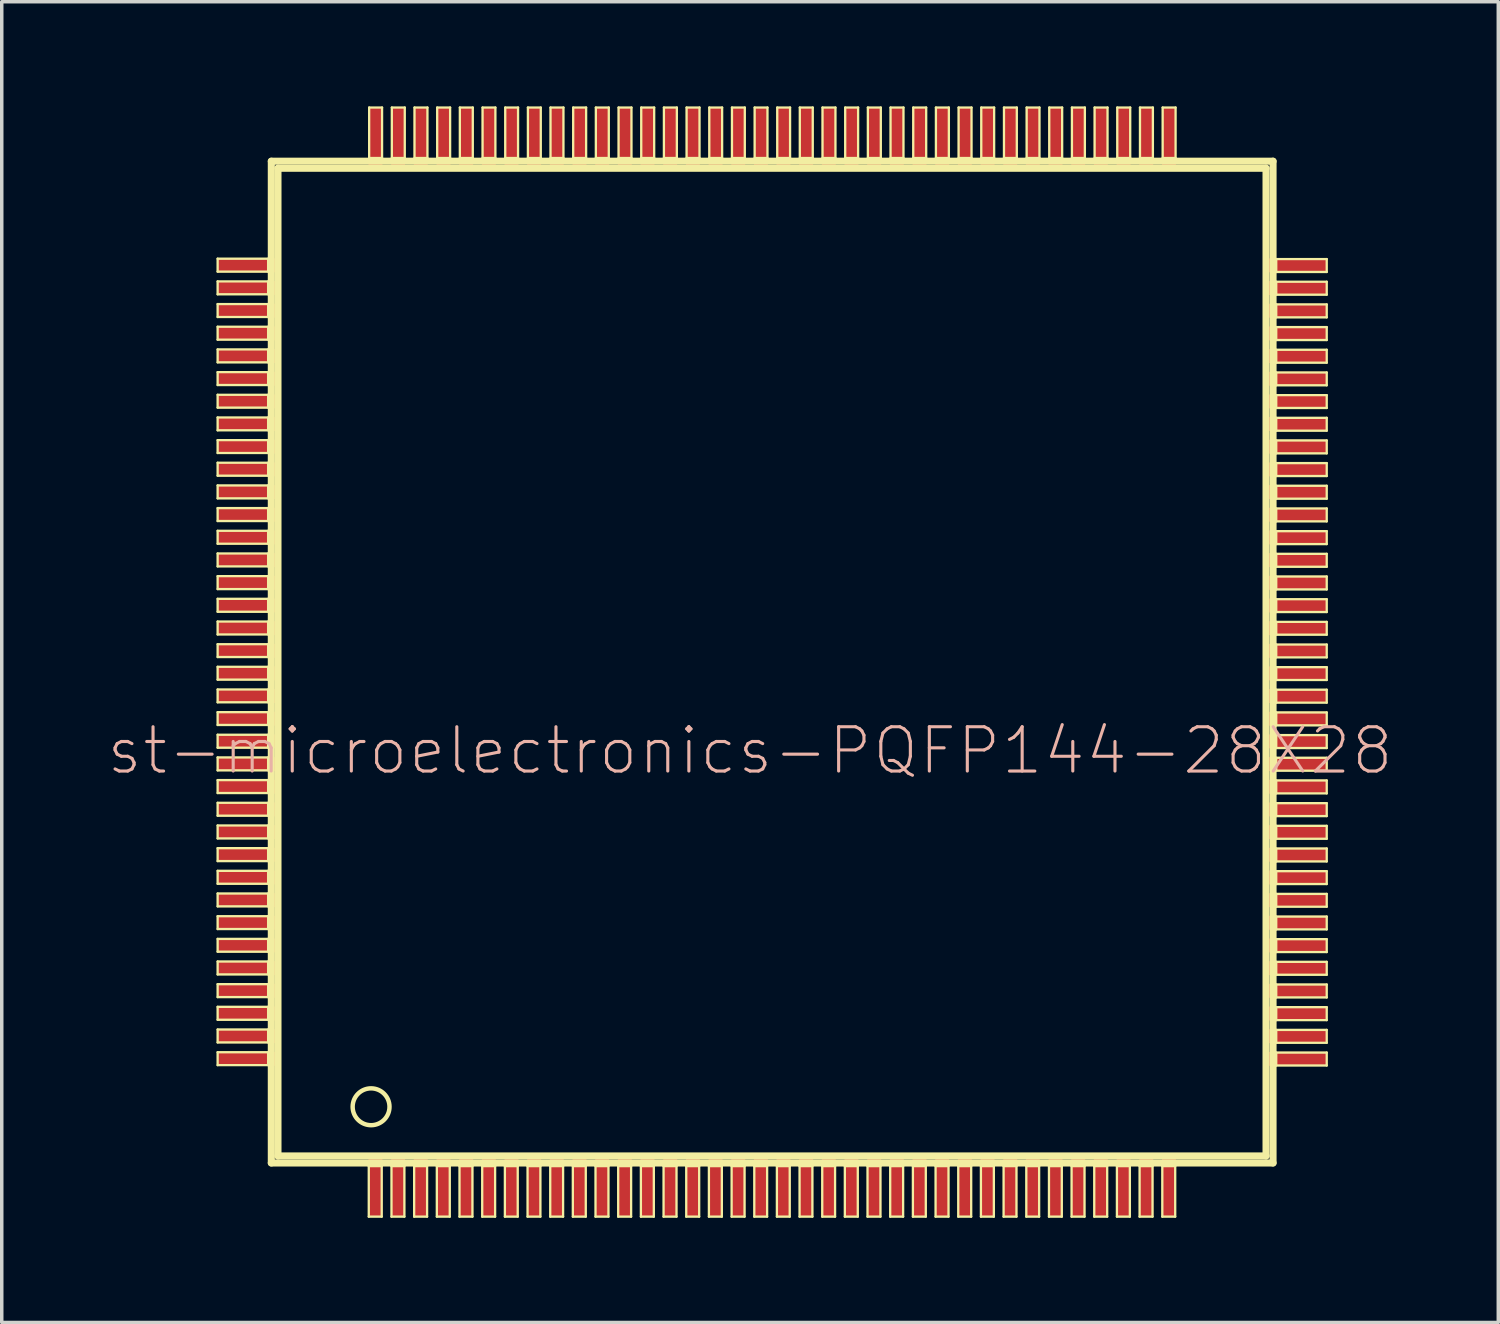
<source format=kicad_pcb>
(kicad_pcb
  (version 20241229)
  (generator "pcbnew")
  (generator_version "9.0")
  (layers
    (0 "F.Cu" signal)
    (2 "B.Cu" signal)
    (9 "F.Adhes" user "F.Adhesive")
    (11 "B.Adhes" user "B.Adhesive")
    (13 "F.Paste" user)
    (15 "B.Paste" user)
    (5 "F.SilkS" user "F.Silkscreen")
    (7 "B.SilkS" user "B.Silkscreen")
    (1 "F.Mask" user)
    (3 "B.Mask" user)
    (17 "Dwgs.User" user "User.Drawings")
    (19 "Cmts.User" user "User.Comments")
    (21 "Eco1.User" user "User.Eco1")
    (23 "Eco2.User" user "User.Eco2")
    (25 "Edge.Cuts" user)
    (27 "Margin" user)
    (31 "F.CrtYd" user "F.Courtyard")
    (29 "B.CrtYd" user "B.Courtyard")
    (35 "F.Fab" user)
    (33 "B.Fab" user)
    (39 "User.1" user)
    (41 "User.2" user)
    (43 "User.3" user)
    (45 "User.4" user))
  (footprint "st-microelectronics-PQFP144-28X28"
    (layer "F.Cu")
    (at 19.087 15.931)
    (property "Reference" "st-microelectronics-PQFP144-28X28" (at -0.635 2.54 0) (layer "B.SilkS") (effects (font (size 1.27 1.27) (thickness 0.089))))
    (attr smd)
    (fp_line (start -15.898 -11.565) (end -14.45 -11.565) (stroke (width 0.066) (type solid)) (layer "F.SilkS"))
    (fp_line (start -15.898 -11.194) (end -15.898 -11.565) (stroke (width 0.066) (type solid)) (layer "F.SilkS"))
    (fp_line (start -15.898 -11.194) (end -14.45 -11.194) (stroke (width 0.066) (type solid)) (layer "F.SilkS"))
    (fp_line (start -15.898 -10.914) (end -14.45 -10.914) (stroke (width 0.066) (type solid)) (layer "F.SilkS"))
    (fp_line (start -15.898 -10.544) (end -15.898 -10.914) (stroke (width 0.066) (type solid)) (layer "F.SilkS"))
    (fp_line (start -15.898 -10.544) (end -14.45 -10.544) (stroke (width 0.066) (type solid)) (layer "F.SilkS"))
    (fp_line (start -15.898 -10.264) (end -14.45 -10.264) (stroke (width 0.066) (type solid)) (layer "F.SilkS"))
    (fp_line (start -15.898 -9.893) (end -15.898 -10.264) (stroke (width 0.066) (type solid)) (layer "F.SilkS"))
    (fp_line (start -15.898 -9.893) (end -14.45 -9.893) (stroke (width 0.066) (type solid)) (layer "F.SilkS"))
    (fp_line (start -15.898 -9.614) (end -14.45 -9.614) (stroke (width 0.066) (type solid)) (layer "F.SilkS"))
    (fp_line (start -15.898 -9.243) (end -15.898 -9.614) (stroke (width 0.066) (type solid)) (layer "F.SilkS"))
    (fp_line (start -15.898 -9.243) (end -14.45 -9.243) (stroke (width 0.066) (type solid)) (layer "F.SilkS"))
    (fp_line (start -15.898 -8.964) (end -14.45 -8.964) (stroke (width 0.066) (type solid)) (layer "F.SilkS"))
    (fp_line (start -15.898 -8.593) (end -15.898 -8.964) (stroke (width 0.066) (type solid)) (layer "F.SilkS"))
    (fp_line (start -15.898 -8.593) (end -14.45 -8.593) (stroke (width 0.066) (type solid)) (layer "F.SilkS"))
    (fp_line (start -15.898 -8.313) (end -14.45 -8.313) (stroke (width 0.066) (type solid)) (layer "F.SilkS"))
    (fp_line (start -15.898 -7.943) (end -15.898 -8.313) (stroke (width 0.066) (type solid)) (layer "F.SilkS"))
    (fp_line (start -15.898 -7.943) (end -14.45 -7.943) (stroke (width 0.066) (type solid)) (layer "F.SilkS"))
    (fp_line (start -15.898 -7.663) (end -14.45 -7.663) (stroke (width 0.066) (type solid)) (layer "F.SilkS"))
    (fp_line (start -15.898 -7.295) (end -15.898 -7.663) (stroke (width 0.066) (type solid)) (layer "F.SilkS"))
    (fp_line (start -15.898 -7.295) (end -14.45 -7.295) (stroke (width 0.066) (type solid)) (layer "F.SilkS"))
    (fp_line (start -15.898 -7.013) (end -14.45 -7.013) (stroke (width 0.066) (type solid)) (layer "F.SilkS"))
    (fp_line (start -15.898 -6.645) (end -15.898 -7.013) (stroke (width 0.066) (type solid)) (layer "F.SilkS"))
    (fp_line (start -15.898 -6.645) (end -14.45 -6.645) (stroke (width 0.066) (type solid)) (layer "F.SilkS"))
    (fp_line (start -15.898 -6.363) (end -14.45 -6.363) (stroke (width 0.066) (type solid)) (layer "F.SilkS"))
    (fp_line (start -15.898 -5.994) (end -15.898 -6.363) (stroke (width 0.066) (type solid)) (layer "F.SilkS"))
    (fp_line (start -15.898 -5.994) (end -14.45 -5.994) (stroke (width 0.066) (type solid)) (layer "F.SilkS"))
    (fp_line (start -15.898 -5.715) (end -14.45 -5.715) (stroke (width 0.066) (type solid)) (layer "F.SilkS"))
    (fp_line (start -15.898 -5.344) (end -15.898 -5.715) (stroke (width 0.066) (type solid)) (layer "F.SilkS"))
    (fp_line (start -15.898 -5.344) (end -14.45 -5.344) (stroke (width 0.066) (type solid)) (layer "F.SilkS"))
    (fp_line (start -15.898 -5.065) (end -14.45 -5.065) (stroke (width 0.066) (type solid)) (layer "F.SilkS"))
    (fp_line (start -15.898 -4.694) (end -15.898 -5.065) (stroke (width 0.066) (type solid)) (layer "F.SilkS"))
    (fp_line (start -15.898 -4.694) (end -14.45 -4.694) (stroke (width 0.066) (type solid)) (layer "F.SilkS"))
    (fp_line (start -15.898 -4.415) (end -14.45 -4.415) (stroke (width 0.066) (type solid)) (layer "F.SilkS"))
    (fp_line (start -15.898 -4.044) (end -15.898 -4.415) (stroke (width 0.066) (type solid)) (layer "F.SilkS"))
    (fp_line (start -15.898 -4.044) (end -14.45 -4.044) (stroke (width 0.066) (type solid)) (layer "F.SilkS"))
    (fp_line (start -15.898 -3.764) (end -14.45 -3.764) (stroke (width 0.066) (type solid)) (layer "F.SilkS"))
    (fp_line (start -15.898 -3.393) (end -15.898 -3.764) (stroke (width 0.066) (type solid)) (layer "F.SilkS"))
    (fp_line (start -15.898 -3.393) (end -14.45 -3.393) (stroke (width 0.066) (type solid)) (layer "F.SilkS"))
    (fp_line (start -15.898 -3.114) (end -14.45 -3.114) (stroke (width 0.066) (type solid)) (layer "F.SilkS"))
    (fp_line (start -15.898 -2.743) (end -15.898 -3.114) (stroke (width 0.066) (type solid)) (layer "F.SilkS"))
    (fp_line (start -15.898 -2.743) (end -14.45 -2.743) (stroke (width 0.066) (type solid)) (layer "F.SilkS"))
    (fp_line (start -15.898 -2.464) (end -14.45 -2.464) (stroke (width 0.066) (type solid)) (layer "F.SilkS"))
    (fp_line (start -15.898 -2.093) (end -15.898 -2.464) (stroke (width 0.066) (type solid)) (layer "F.SilkS"))
    (fp_line (start -15.898 -2.093) (end -14.45 -2.093) (stroke (width 0.066) (type solid)) (layer "F.SilkS"))
    (fp_line (start -15.898 -1.814) (end -14.45 -1.814) (stroke (width 0.066) (type solid)) (layer "F.SilkS"))
    (fp_line (start -15.898 -1.443) (end -15.898 -1.814) (stroke (width 0.066) (type solid)) (layer "F.SilkS"))
    (fp_line (start -15.898 -1.443) (end -14.45 -1.443) (stroke (width 0.066) (type solid)) (layer "F.SilkS"))
    (fp_line (start -15.898 -1.163) (end -14.45 -1.163) (stroke (width 0.066) (type solid)) (layer "F.SilkS"))
    (fp_line (start -15.898 -0.792) (end -15.898 -1.163) (stroke (width 0.066) (type solid)) (layer "F.SilkS"))
    (fp_line (start -15.898 -0.792) (end -14.45 -0.792) (stroke (width 0.066) (type solid)) (layer "F.SilkS"))
    (fp_line (start -15.898 -0.513) (end -14.45 -0.513) (stroke (width 0.066) (type solid)) (layer "F.SilkS"))
    (fp_line (start -15.898 -0.145) (end -15.898 -0.513) (stroke (width 0.066) (type solid)) (layer "F.SilkS"))
    (fp_line (start -15.898 -0.145) (end -14.45 -0.145) (stroke (width 0.066) (type solid)) (layer "F.SilkS"))
    (fp_line (start -15.898 0.135) (end -14.45 0.135) (stroke (width 0.066) (type solid)) (layer "F.SilkS"))
    (fp_line (start -15.898 0.503) (end -15.898 0.135) (stroke (width 0.066) (type solid)) (layer "F.SilkS"))
    (fp_line (start -15.898 0.503) (end -14.45 0.503) (stroke (width 0.066) (type solid)) (layer "F.SilkS"))
    (fp_line (start -15.898 0.785) (end -14.45 0.785) (stroke (width 0.066) (type solid)) (layer "F.SilkS"))
    (fp_line (start -15.898 1.153) (end -15.898 0.785) (stroke (width 0.066) (type solid)) (layer "F.SilkS"))
    (fp_line (start -15.898 1.153) (end -14.45 1.153) (stroke (width 0.066) (type solid)) (layer "F.SilkS"))
    (fp_line (start -15.898 1.435) (end -14.45 1.435) (stroke (width 0.066) (type solid)) (layer "F.SilkS"))
    (fp_line (start -15.898 1.803) (end -15.898 1.435) (stroke (width 0.066) (type solid)) (layer "F.SilkS"))
    (fp_line (start -15.898 1.803) (end -14.45 1.803) (stroke (width 0.066) (type solid)) (layer "F.SilkS"))
    (fp_line (start -15.898 2.083) (end -14.45 2.083) (stroke (width 0.066) (type solid)) (layer "F.SilkS"))
    (fp_line (start -15.898 2.454) (end -15.898 2.083) (stroke (width 0.066) (type solid)) (layer "F.SilkS"))
    (fp_line (start -15.898 2.454) (end -14.45 2.454) (stroke (width 0.066) (type solid)) (layer "F.SilkS"))
    (fp_line (start -15.898 2.733) (end -14.45 2.733) (stroke (width 0.066) (type solid)) (layer "F.SilkS"))
    (fp_line (start -15.898 3.104) (end -15.898 2.733) (stroke (width 0.066) (type solid)) (layer "F.SilkS"))
    (fp_line (start -15.898 3.104) (end -14.45 3.104) (stroke (width 0.066) (type solid)) (layer "F.SilkS"))
    (fp_line (start -15.898 3.383) (end -14.45 3.383) (stroke (width 0.066) (type solid)) (layer "F.SilkS"))
    (fp_line (start -15.898 3.754) (end -15.898 3.383) (stroke (width 0.066) (type solid)) (layer "F.SilkS"))
    (fp_line (start -15.898 3.754) (end -14.45 3.754) (stroke (width 0.066) (type solid)) (layer "F.SilkS"))
    (fp_line (start -15.898 4.034) (end -14.45 4.034) (stroke (width 0.066) (type solid)) (layer "F.SilkS"))
    (fp_line (start -15.898 4.404) (end -15.898 4.034) (stroke (width 0.066) (type solid)) (layer "F.SilkS"))
    (fp_line (start -15.898 4.404) (end -14.45 4.404) (stroke (width 0.066) (type solid)) (layer "F.SilkS"))
    (fp_line (start -15.898 4.684) (end -14.45 4.684) (stroke (width 0.066) (type solid)) (layer "F.SilkS"))
    (fp_line (start -15.898 5.055) (end -15.898 4.684) (stroke (width 0.066) (type solid)) (layer "F.SilkS"))
    (fp_line (start -15.898 5.055) (end -14.45 5.055) (stroke (width 0.066) (type solid)) (layer "F.SilkS"))
    (fp_line (start -15.898 5.334) (end -14.45 5.334) (stroke (width 0.066) (type solid)) (layer "F.SilkS"))
    (fp_line (start -15.898 5.705) (end -15.898 5.334) (stroke (width 0.066) (type solid)) (layer "F.SilkS"))
    (fp_line (start -15.898 5.705) (end -14.45 5.705) (stroke (width 0.066) (type solid)) (layer "F.SilkS"))
    (fp_line (start -15.898 5.984) (end -14.45 5.984) (stroke (width 0.066) (type solid)) (layer "F.SilkS"))
    (fp_line (start -15.898 6.355) (end -15.898 5.984) (stroke (width 0.066) (type solid)) (layer "F.SilkS"))
    (fp_line (start -15.898 6.355) (end -14.45 6.355) (stroke (width 0.066) (type solid)) (layer "F.SilkS"))
    (fp_line (start -15.898 6.634) (end -14.45 6.634) (stroke (width 0.066) (type solid)) (layer "F.SilkS"))
    (fp_line (start -15.898 7.003) (end -15.898 6.634) (stroke (width 0.066) (type solid)) (layer "F.SilkS"))
    (fp_line (start -15.898 7.003) (end -14.45 7.003) (stroke (width 0.066) (type solid)) (layer "F.SilkS"))
    (fp_line (start -15.898 7.285) (end -14.45 7.285) (stroke (width 0.066) (type solid)) (layer "F.SilkS"))
    (fp_line (start -15.898 7.653) (end -15.898 7.285) (stroke (width 0.066) (type solid)) (layer "F.SilkS"))
    (fp_line (start -15.898 7.653) (end -14.45 7.653) (stroke (width 0.066) (type solid)) (layer "F.SilkS"))
    (fp_line (start -15.898 7.935) (end -14.45 7.935) (stroke (width 0.066) (type solid)) (layer "F.SilkS"))
    (fp_line (start -15.898 8.303) (end -15.898 7.935) (stroke (width 0.066) (type solid)) (layer "F.SilkS"))
    (fp_line (start -15.898 8.303) (end -14.45 8.303) (stroke (width 0.066) (type solid)) (layer "F.SilkS"))
    (fp_line (start -15.898 8.583) (end -14.45 8.583) (stroke (width 0.066) (type solid)) (layer "F.SilkS"))
    (fp_line (start -15.898 8.954) (end -15.898 8.583) (stroke (width 0.066) (type solid)) (layer "F.SilkS"))
    (fp_line (start -15.898 8.954) (end -14.45 8.954) (stroke (width 0.066) (type solid)) (layer "F.SilkS"))
    (fp_line (start -15.898 9.233) (end -14.45 9.233) (stroke (width 0.066) (type solid)) (layer "F.SilkS"))
    (fp_line (start -15.898 9.604) (end -15.898 9.233) (stroke (width 0.066) (type solid)) (layer "F.SilkS"))
    (fp_line (start -15.898 9.604) (end -14.45 9.604) (stroke (width 0.066) (type solid)) (layer "F.SilkS"))
    (fp_line (start -15.898 9.883) (end -14.45 9.883) (stroke (width 0.066) (type solid)) (layer "F.SilkS"))
    (fp_line (start -15.898 10.254) (end -15.898 9.883) (stroke (width 0.066) (type solid)) (layer "F.SilkS"))
    (fp_line (start -15.898 10.254) (end -14.45 10.254) (stroke (width 0.066) (type solid)) (layer "F.SilkS"))
    (fp_line (start -15.898 10.533) (end -14.45 10.533) (stroke (width 0.066) (type solid)) (layer "F.SilkS"))
    (fp_line (start -15.898 10.904) (end -15.898 10.533) (stroke (width 0.066) (type solid)) (layer "F.SilkS"))
    (fp_line (start -15.898 10.904) (end -14.45 10.904) (stroke (width 0.066) (type solid)) (layer "F.SilkS"))
    (fp_line (start -15.898 11.184) (end -14.45 11.184) (stroke (width 0.066) (type solid)) (layer "F.SilkS"))
    (fp_line (start -15.898 11.554) (end -15.898 11.184) (stroke (width 0.066) (type solid)) (layer "F.SilkS"))
    (fp_line (start -15.898 11.554) (end -14.45 11.554) (stroke (width 0.066) (type solid)) (layer "F.SilkS"))
    (fp_line (start -14.45 -11.194) (end -14.45 -11.565) (stroke (width 0.066) (type solid)) (layer "F.SilkS"))
    (fp_line (start -14.45 -10.544) (end -14.45 -10.914) (stroke (width 0.066) (type solid)) (layer "F.SilkS"))
    (fp_line (start -14.45 -9.893) (end -14.45 -10.264) (stroke (width 0.066) (type solid)) (layer "F.SilkS"))
    (fp_line (start -14.45 -9.243) (end -14.45 -9.614) (stroke (width 0.066) (type solid)) (layer "F.SilkS"))
    (fp_line (start -14.45 -8.593) (end -14.45 -8.964) (stroke (width 0.066) (type solid)) (layer "F.SilkS"))
    (fp_line (start -14.45 -7.943) (end -14.45 -8.313) (stroke (width 0.066) (type solid)) (layer "F.SilkS"))
    (fp_line (start -14.45 -7.295) (end -14.45 -7.663) (stroke (width 0.066) (type solid)) (layer "F.SilkS"))
    (fp_line (start -14.45 -6.645) (end -14.45 -7.013) (stroke (width 0.066) (type solid)) (layer "F.SilkS"))
    (fp_line (start -14.45 -5.994) (end -14.45 -6.363) (stroke (width 0.066) (type solid)) (layer "F.SilkS"))
    (fp_line (start -14.45 -5.344) (end -14.45 -5.715) (stroke (width 0.066) (type solid)) (layer "F.SilkS"))
    (fp_line (start -14.45 -4.694) (end -14.45 -5.065) (stroke (width 0.066) (type solid)) (layer "F.SilkS"))
    (fp_line (start -14.45 -4.044) (end -14.45 -4.415) (stroke (width 0.066) (type solid)) (layer "F.SilkS"))
    (fp_line (start -14.45 -3.393) (end -14.45 -3.764) (stroke (width 0.066) (type solid)) (layer "F.SilkS"))
    (fp_line (start -14.45 -2.743) (end -14.45 -3.114) (stroke (width 0.066) (type solid)) (layer "F.SilkS"))
    (fp_line (start -14.45 -2.093) (end -14.45 -2.464) (stroke (width 0.066) (type solid)) (layer "F.SilkS"))
    (fp_line (start -14.45 -1.443) (end -14.45 -1.814) (stroke (width 0.066) (type solid)) (layer "F.SilkS"))
    (fp_line (start -14.45 -0.792) (end -14.45 -1.163) (stroke (width 0.066) (type solid)) (layer "F.SilkS"))
    (fp_line (start -14.45 -0.145) (end -14.45 -0.513) (stroke (width 0.066) (type solid)) (layer "F.SilkS"))
    (fp_line (start -14.45 0.503) (end -14.45 0.135) (stroke (width 0.066) (type solid)) (layer "F.SilkS"))
    (fp_line (start -14.45 1.153) (end -14.45 0.785) (stroke (width 0.066) (type solid)) (layer "F.SilkS"))
    (fp_line (start -14.45 1.803) (end -14.45 1.435) (stroke (width 0.066) (type solid)) (layer "F.SilkS"))
    (fp_line (start -14.45 2.454) (end -14.45 2.083) (stroke (width 0.066) (type solid)) (layer "F.SilkS"))
    (fp_line (start -14.45 3.104) (end -14.45 2.733) (stroke (width 0.066) (type solid)) (layer "F.SilkS"))
    (fp_line (start -14.45 3.754) (end -14.45 3.383) (stroke (width 0.066) (type solid)) (layer "F.SilkS"))
    (fp_line (start -14.45 4.404) (end -14.45 4.034) (stroke (width 0.066) (type solid)) (layer "F.SilkS"))
    (fp_line (start -14.45 5.055) (end -14.45 4.684) (stroke (width 0.066) (type solid)) (layer "F.SilkS"))
    (fp_line (start -14.45 5.705) (end -14.45 5.334) (stroke (width 0.066) (type solid)) (layer "F.SilkS"))
    (fp_line (start -14.45 6.355) (end -14.45 5.984) (stroke (width 0.066) (type solid)) (layer "F.SilkS"))
    (fp_line (start -14.45 7.003) (end -14.45 6.634) (stroke (width 0.066) (type solid)) (layer "F.SilkS"))
    (fp_line (start -14.45 7.653) (end -14.45 7.285) (stroke (width 0.066) (type solid)) (layer "F.SilkS"))
    (fp_line (start -14.45 8.303) (end -14.45 7.935) (stroke (width 0.066) (type solid)) (layer "F.SilkS"))
    (fp_line (start -14.45 8.954) (end -14.45 8.583) (stroke (width 0.066) (type solid)) (layer "F.SilkS"))
    (fp_line (start -14.45 9.604) (end -14.45 9.233) (stroke (width 0.066) (type solid)) (layer "F.SilkS"))
    (fp_line (start -14.45 10.254) (end -14.45 9.883) (stroke (width 0.066) (type solid)) (layer "F.SilkS"))
    (fp_line (start -14.45 10.904) (end -14.45 10.533) (stroke (width 0.066) (type solid)) (layer "F.SilkS"))
    (fp_line (start -14.45 11.554) (end -14.45 11.184) (stroke (width 0.066) (type solid)) (layer "F.SilkS"))
    (fp_line (start -14.359 -14.359) (end -14.359 14.359) (stroke (width 0.203) (type solid)) (layer "F.SilkS"))
    (fp_line (start -14.359 14.359) (end 14.359 14.359) (stroke (width 0.203) (type solid)) (layer "F.SilkS"))
    (fp_line (start -14.168 -14.158) (end 14.158 -14.158) (stroke (width 0.203) (type solid)) (layer "F.SilkS"))
    (fp_line (start -14.168 14.158) (end -14.168 -14.158) (stroke (width 0.203) (type solid)) (layer "F.SilkS"))
    (fp_line (start -11.565 14.45) (end -11.194 14.45) (stroke (width 0.066) (type solid)) (layer "F.SilkS"))
    (fp_line (start -11.565 15.898) (end -11.565 14.45) (stroke (width 0.066) (type solid)) (layer "F.SilkS"))
    (fp_line (start -11.565 15.898) (end -11.194 15.898) (stroke (width 0.066) (type solid)) (layer "F.SilkS"))
    (fp_line (start -11.554 -15.898) (end -11.184 -15.898) (stroke (width 0.066) (type solid)) (layer "F.SilkS"))
    (fp_line (start -11.554 -14.45) (end -11.554 -15.898) (stroke (width 0.066) (type solid)) (layer "F.SilkS"))
    (fp_line (start -11.554 -14.45) (end -11.184 -14.45) (stroke (width 0.066) (type solid)) (layer "F.SilkS"))
    (fp_line (start -11.194 15.898) (end -11.194 14.45) (stroke (width 0.066) (type solid)) (layer "F.SilkS"))
    (fp_line (start -11.184 -14.45) (end -11.184 -15.898) (stroke (width 0.066) (type solid)) (layer "F.SilkS"))
    (fp_line (start -10.914 14.45) (end -10.544 14.45) (stroke (width 0.066) (type solid)) (layer "F.SilkS"))
    (fp_line (start -10.914 15.898) (end -10.914 14.45) (stroke (width 0.066) (type solid)) (layer "F.SilkS"))
    (fp_line (start -10.914 15.898) (end -10.544 15.898) (stroke (width 0.066) (type solid)) (layer "F.SilkS"))
    (fp_line (start -10.904 -15.898) (end -10.533 -15.898) (stroke (width 0.066) (type solid)) (layer "F.SilkS"))
    (fp_line (start -10.904 -14.45) (end -10.904 -15.898) (stroke (width 0.066) (type solid)) (layer "F.SilkS"))
    (fp_line (start -10.904 -14.45) (end -10.533 -14.45) (stroke (width 0.066) (type solid)) (layer "F.SilkS"))
    (fp_line (start -10.544 15.898) (end -10.544 14.45) (stroke (width 0.066) (type solid)) (layer "F.SilkS"))
    (fp_line (start -10.533 -14.45) (end -10.533 -15.898) (stroke (width 0.066) (type solid)) (layer "F.SilkS"))
    (fp_line (start -10.264 14.45) (end -9.893 14.45) (stroke (width 0.066) (type solid)) (layer "F.SilkS"))
    (fp_line (start -10.264 15.898) (end -10.264 14.45) (stroke (width 0.066) (type solid)) (layer "F.SilkS"))
    (fp_line (start -10.264 15.898) (end -9.893 15.898) (stroke (width 0.066) (type solid)) (layer "F.SilkS"))
    (fp_line (start -10.254 -15.898) (end -9.883 -15.898) (stroke (width 0.066) (type solid)) (layer "F.SilkS"))
    (fp_line (start -10.254 -14.45) (end -10.254 -15.898) (stroke (width 0.066) (type solid)) (layer "F.SilkS"))
    (fp_line (start -10.254 -14.45) (end -9.883 -14.45) (stroke (width 0.066) (type solid)) (layer "F.SilkS"))
    (fp_line (start -9.893 15.898) (end -9.893 14.45) (stroke (width 0.066) (type solid)) (layer "F.SilkS"))
    (fp_line (start -9.883 -14.45) (end -9.883 -15.898) (stroke (width 0.066) (type solid)) (layer "F.SilkS"))
    (fp_line (start -9.614 14.45) (end -9.243 14.45) (stroke (width 0.066) (type solid)) (layer "F.SilkS"))
    (fp_line (start -9.614 15.898) (end -9.614 14.45) (stroke (width 0.066) (type solid)) (layer "F.SilkS"))
    (fp_line (start -9.614 15.898) (end -9.243 15.898) (stroke (width 0.066) (type solid)) (layer "F.SilkS"))
    (fp_line (start -9.604 -15.898) (end -9.233 -15.898) (stroke (width 0.066) (type solid)) (layer "F.SilkS"))
    (fp_line (start -9.604 -14.45) (end -9.604 -15.898) (stroke (width 0.066) (type solid)) (layer "F.SilkS"))
    (fp_line (start -9.604 -14.45) (end -9.233 -14.45) (stroke (width 0.066) (type solid)) (layer "F.SilkS"))
    (fp_line (start -9.243 15.898) (end -9.243 14.45) (stroke (width 0.066) (type solid)) (layer "F.SilkS"))
    (fp_line (start -9.233 -14.45) (end -9.233 -15.898) (stroke (width 0.066) (type solid)) (layer "F.SilkS"))
    (fp_line (start -8.964 14.45) (end -8.593 14.45) (stroke (width 0.066) (type solid)) (layer "F.SilkS"))
    (fp_line (start -8.964 15.898) (end -8.964 14.45) (stroke (width 0.066) (type solid)) (layer "F.SilkS"))
    (fp_line (start -8.964 15.898) (end -8.593 15.898) (stroke (width 0.066) (type solid)) (layer "F.SilkS"))
    (fp_line (start -8.954 -15.898) (end -8.583 -15.898) (stroke (width 0.066) (type solid)) (layer "F.SilkS"))
    (fp_line (start -8.954 -14.45) (end -8.954 -15.898) (stroke (width 0.066) (type solid)) (layer "F.SilkS"))
    (fp_line (start -8.954 -14.45) (end -8.583 -14.45) (stroke (width 0.066) (type solid)) (layer "F.SilkS"))
    (fp_line (start -8.593 15.898) (end -8.593 14.45) (stroke (width 0.066) (type solid)) (layer "F.SilkS"))
    (fp_line (start -8.583 -14.45) (end -8.583 -15.898) (stroke (width 0.066) (type solid)) (layer "F.SilkS"))
    (fp_line (start -8.313 14.45) (end -7.943 14.45) (stroke (width 0.066) (type solid)) (layer "F.SilkS"))
    (fp_line (start -8.313 15.898) (end -8.313 14.45) (stroke (width 0.066) (type solid)) (layer "F.SilkS"))
    (fp_line (start -8.313 15.898) (end -7.943 15.898) (stroke (width 0.066) (type solid)) (layer "F.SilkS"))
    (fp_line (start -8.303 -15.898) (end -7.935 -15.898) (stroke (width 0.066) (type solid)) (layer "F.SilkS"))
    (fp_line (start -8.303 -14.45) (end -8.303 -15.898) (stroke (width 0.066) (type solid)) (layer "F.SilkS"))
    (fp_line (start -8.303 -14.45) (end -7.935 -14.45) (stroke (width 0.066) (type solid)) (layer "F.SilkS"))
    (fp_line (start -7.943 15.898) (end -7.943 14.45) (stroke (width 0.066) (type solid)) (layer "F.SilkS"))
    (fp_line (start -7.935 -14.45) (end -7.935 -15.898) (stroke (width 0.066) (type solid)) (layer "F.SilkS"))
    (fp_line (start -7.663 14.45) (end -7.295 14.45) (stroke (width 0.066) (type solid)) (layer "F.SilkS"))
    (fp_line (start -7.663 15.898) (end -7.663 14.45) (stroke (width 0.066) (type solid)) (layer "F.SilkS"))
    (fp_line (start -7.663 15.898) (end -7.295 15.898) (stroke (width 0.066) (type solid)) (layer "F.SilkS"))
    (fp_line (start -7.653 -15.898) (end -7.285 -15.898) (stroke (width 0.066) (type solid)) (layer "F.SilkS"))
    (fp_line (start -7.653 -14.45) (end -7.653 -15.898) (stroke (width 0.066) (type solid)) (layer "F.SilkS"))
    (fp_line (start -7.653 -14.45) (end -7.285 -14.45) (stroke (width 0.066) (type solid)) (layer "F.SilkS"))
    (fp_line (start -7.295 15.898) (end -7.295 14.45) (stroke (width 0.066) (type solid)) (layer "F.SilkS"))
    (fp_line (start -7.285 -14.45) (end -7.285 -15.898) (stroke (width 0.066) (type solid)) (layer "F.SilkS"))
    (fp_line (start -7.013 14.45) (end -6.645 14.45) (stroke (width 0.066) (type solid)) (layer "F.SilkS"))
    (fp_line (start -7.013 15.898) (end -7.013 14.45) (stroke (width 0.066) (type solid)) (layer "F.SilkS"))
    (fp_line (start -7.013 15.898) (end -6.645 15.898) (stroke (width 0.066) (type solid)) (layer "F.SilkS"))
    (fp_line (start -7.003 -15.898) (end -6.634 -15.898) (stroke (width 0.066) (type solid)) (layer "F.SilkS"))
    (fp_line (start -7.003 -14.45) (end -7.003 -15.898) (stroke (width 0.066) (type solid)) (layer "F.SilkS"))
    (fp_line (start -7.003 -14.45) (end -6.634 -14.45) (stroke (width 0.066) (type solid)) (layer "F.SilkS"))
    (fp_line (start -6.645 15.898) (end -6.645 14.45) (stroke (width 0.066) (type solid)) (layer "F.SilkS"))
    (fp_line (start -6.634 -14.45) (end -6.634 -15.898) (stroke (width 0.066) (type solid)) (layer "F.SilkS"))
    (fp_line (start -6.363 14.45) (end -5.994 14.45) (stroke (width 0.066) (type solid)) (layer "F.SilkS"))
    (fp_line (start -6.363 15.898) (end -6.363 14.45) (stroke (width 0.066) (type solid)) (layer "F.SilkS"))
    (fp_line (start -6.363 15.898) (end -5.994 15.898) (stroke (width 0.066) (type solid)) (layer "F.SilkS"))
    (fp_line (start -6.355 -15.898) (end -5.984 -15.898) (stroke (width 0.066) (type solid)) (layer "F.SilkS"))
    (fp_line (start -6.355 -14.45) (end -6.355 -15.898) (stroke (width 0.066) (type solid)) (layer "F.SilkS"))
    (fp_line (start -6.355 -14.45) (end -5.984 -14.45) (stroke (width 0.066) (type solid)) (layer "F.SilkS"))
    (fp_line (start -5.994 15.898) (end -5.994 14.45) (stroke (width 0.066) (type solid)) (layer "F.SilkS"))
    (fp_line (start -5.984 -14.45) (end -5.984 -15.898) (stroke (width 0.066) (type solid)) (layer "F.SilkS"))
    (fp_line (start -5.715 14.45) (end -5.344 14.45) (stroke (width 0.066) (type solid)) (layer "F.SilkS"))
    (fp_line (start -5.715 15.898) (end -5.715 14.45) (stroke (width 0.066) (type solid)) (layer "F.SilkS"))
    (fp_line (start -5.715 15.898) (end -5.344 15.898) (stroke (width 0.066) (type solid)) (layer "F.SilkS"))
    (fp_line (start -5.705 -15.898) (end -5.334 -15.898) (stroke (width 0.066) (type solid)) (layer "F.SilkS"))
    (fp_line (start -5.705 -14.45) (end -5.705 -15.898) (stroke (width 0.066) (type solid)) (layer "F.SilkS"))
    (fp_line (start -5.705 -14.45) (end -5.334 -14.45) (stroke (width 0.066) (type solid)) (layer "F.SilkS"))
    (fp_line (start -5.344 15.898) (end -5.344 14.45) (stroke (width 0.066) (type solid)) (layer "F.SilkS"))
    (fp_line (start -5.334 -14.45) (end -5.334 -15.898) (stroke (width 0.066) (type solid)) (layer "F.SilkS"))
    (fp_line (start -5.065 14.45) (end -4.694 14.45) (stroke (width 0.066) (type solid)) (layer "F.SilkS"))
    (fp_line (start -5.065 15.898) (end -5.065 14.45) (stroke (width 0.066) (type solid)) (layer "F.SilkS"))
    (fp_line (start -5.065 15.898) (end -4.694 15.898) (stroke (width 0.066) (type solid)) (layer "F.SilkS"))
    (fp_line (start -5.055 -15.898) (end -4.684 -15.898) (stroke (width 0.066) (type solid)) (layer "F.SilkS"))
    (fp_line (start -5.055 -14.45) (end -5.055 -15.898) (stroke (width 0.066) (type solid)) (layer "F.SilkS"))
    (fp_line (start -5.055 -14.45) (end -4.684 -14.45) (stroke (width 0.066) (type solid)) (layer "F.SilkS"))
    (fp_line (start -4.694 15.898) (end -4.694 14.45) (stroke (width 0.066) (type solid)) (layer "F.SilkS"))
    (fp_line (start -4.684 -14.45) (end -4.684 -15.898) (stroke (width 0.066) (type solid)) (layer "F.SilkS"))
    (fp_line (start -4.415 14.45) (end -4.044 14.45) (stroke (width 0.066) (type solid)) (layer "F.SilkS"))
    (fp_line (start -4.415 15.898) (end -4.415 14.45) (stroke (width 0.066) (type solid)) (layer "F.SilkS"))
    (fp_line (start -4.415 15.898) (end -4.044 15.898) (stroke (width 0.066) (type solid)) (layer "F.SilkS"))
    (fp_line (start -4.404 -15.898) (end -4.034 -15.898) (stroke (width 0.066) (type solid)) (layer "F.SilkS"))
    (fp_line (start -4.404 -14.45) (end -4.404 -15.898) (stroke (width 0.066) (type solid)) (layer "F.SilkS"))
    (fp_line (start -4.404 -14.45) (end -4.034 -14.45) (stroke (width 0.066) (type solid)) (layer "F.SilkS"))
    (fp_line (start -4.044 15.898) (end -4.044 14.45) (stroke (width 0.066) (type solid)) (layer "F.SilkS"))
    (fp_line (start -4.034 -14.45) (end -4.034 -15.898) (stroke (width 0.066) (type solid)) (layer "F.SilkS"))
    (fp_line (start -3.764 14.45) (end -3.393 14.45) (stroke (width 0.066) (type solid)) (layer "F.SilkS"))
    (fp_line (start -3.764 15.898) (end -3.764 14.45) (stroke (width 0.066) (type solid)) (layer "F.SilkS"))
    (fp_line (start -3.764 15.898) (end -3.393 15.898) (stroke (width 0.066) (type solid)) (layer "F.SilkS"))
    (fp_line (start -3.754 -15.898) (end -3.383 -15.898) (stroke (width 0.066) (type solid)) (layer "F.SilkS"))
    (fp_line (start -3.754 -14.45) (end -3.754 -15.898) (stroke (width 0.066) (type solid)) (layer "F.SilkS"))
    (fp_line (start -3.754 -14.45) (end -3.383 -14.45) (stroke (width 0.066) (type solid)) (layer "F.SilkS"))
    (fp_line (start -3.393 15.898) (end -3.393 14.45) (stroke (width 0.066) (type solid)) (layer "F.SilkS"))
    (fp_line (start -3.383 -14.45) (end -3.383 -15.898) (stroke (width 0.066) (type solid)) (layer "F.SilkS"))
    (fp_line (start -3.114 14.45) (end -2.743 14.45) (stroke (width 0.066) (type solid)) (layer "F.SilkS"))
    (fp_line (start -3.114 15.898) (end -3.114 14.45) (stroke (width 0.066) (type solid)) (layer "F.SilkS"))
    (fp_line (start -3.114 15.898) (end -2.743 15.898) (stroke (width 0.066) (type solid)) (layer "F.SilkS"))
    (fp_line (start -3.104 -15.898) (end -2.733 -15.898) (stroke (width 0.066) (type solid)) (layer "F.SilkS"))
    (fp_line (start -3.104 -14.45) (end -3.104 -15.898) (stroke (width 0.066) (type solid)) (layer "F.SilkS"))
    (fp_line (start -3.104 -14.45) (end -2.733 -14.45) (stroke (width 0.066) (type solid)) (layer "F.SilkS"))
    (fp_line (start -2.743 15.898) (end -2.743 14.45) (stroke (width 0.066) (type solid)) (layer "F.SilkS"))
    (fp_line (start -2.733 -14.45) (end -2.733 -15.898) (stroke (width 0.066) (type solid)) (layer "F.SilkS"))
    (fp_line (start -2.464 14.45) (end -2.093 14.45) (stroke (width 0.066) (type solid)) (layer "F.SilkS"))
    (fp_line (start -2.464 15.898) (end -2.464 14.45) (stroke (width 0.066) (type solid)) (layer "F.SilkS"))
    (fp_line (start -2.464 15.898) (end -2.093 15.898) (stroke (width 0.066) (type solid)) (layer "F.SilkS"))
    (fp_line (start -2.454 -15.898) (end -2.083 -15.898) (stroke (width 0.066) (type solid)) (layer "F.SilkS"))
    (fp_line (start -2.454 -14.45) (end -2.454 -15.898) (stroke (width 0.066) (type solid)) (layer "F.SilkS"))
    (fp_line (start -2.454 -14.45) (end -2.083 -14.45) (stroke (width 0.066) (type solid)) (layer "F.SilkS"))
    (fp_line (start -2.093 15.898) (end -2.093 14.45) (stroke (width 0.066) (type solid)) (layer "F.SilkS"))
    (fp_line (start -2.083 -14.45) (end -2.083 -15.898) (stroke (width 0.066) (type solid)) (layer "F.SilkS"))
    (fp_line (start -1.814 14.45) (end -1.443 14.45) (stroke (width 0.066) (type solid)) (layer "F.SilkS"))
    (fp_line (start -1.814 15.898) (end -1.814 14.45) (stroke (width 0.066) (type solid)) (layer "F.SilkS"))
    (fp_line (start -1.814 15.898) (end -1.443 15.898) (stroke (width 0.066) (type solid)) (layer "F.SilkS"))
    (fp_line (start -1.803 -15.898) (end -1.435 -15.898) (stroke (width 0.066) (type solid)) (layer "F.SilkS"))
    (fp_line (start -1.803 -14.45) (end -1.803 -15.898) (stroke (width 0.066) (type solid)) (layer "F.SilkS"))
    (fp_line (start -1.803 -14.45) (end -1.435 -14.45) (stroke (width 0.066) (type solid)) (layer "F.SilkS"))
    (fp_line (start -1.443 15.898) (end -1.443 14.45) (stroke (width 0.066) (type solid)) (layer "F.SilkS"))
    (fp_line (start -1.435 -14.45) (end -1.435 -15.898) (stroke (width 0.066) (type solid)) (layer "F.SilkS"))
    (fp_line (start -1.163 14.45) (end -0.792 14.45) (stroke (width 0.066) (type solid)) (layer "F.SilkS"))
    (fp_line (start -1.163 15.898) (end -1.163 14.45) (stroke (width 0.066) (type solid)) (layer "F.SilkS"))
    (fp_line (start -1.163 15.898) (end -0.792 15.898) (stroke (width 0.066) (type solid)) (layer "F.SilkS"))
    (fp_line (start -1.153 -15.898) (end -0.785 -15.898) (stroke (width 0.066) (type solid)) (layer "F.SilkS"))
    (fp_line (start -1.153 -14.45) (end -1.153 -15.898) (stroke (width 0.066) (type solid)) (layer "F.SilkS"))
    (fp_line (start -1.153 -14.45) (end -0.785 -14.45) (stroke (width 0.066) (type solid)) (layer "F.SilkS"))
    (fp_line (start -0.792 15.898) (end -0.792 14.45) (stroke (width 0.066) (type solid)) (layer "F.SilkS"))
    (fp_line (start -0.785 -14.45) (end -0.785 -15.898) (stroke (width 0.066) (type solid)) (layer "F.SilkS"))
    (fp_line (start -0.513 14.45) (end -0.145 14.45) (stroke (width 0.066) (type solid)) (layer "F.SilkS"))
    (fp_line (start -0.513 15.898) (end -0.513 14.45) (stroke (width 0.066) (type solid)) (layer "F.SilkS"))
    (fp_line (start -0.513 15.898) (end -0.145 15.898) (stroke (width 0.066) (type solid)) (layer "F.SilkS"))
    (fp_line (start -0.503 -15.898) (end -0.135 -15.898) (stroke (width 0.066) (type solid)) (layer "F.SilkS"))
    (fp_line (start -0.503 -14.45) (end -0.503 -15.898) (stroke (width 0.066) (type solid)) (layer "F.SilkS"))
    (fp_line (start -0.503 -14.45) (end -0.135 -14.45) (stroke (width 0.066) (type solid)) (layer "F.SilkS"))
    (fp_line (start -0.145 15.898) (end -0.145 14.45) (stroke (width 0.066) (type solid)) (layer "F.SilkS"))
    (fp_line (start -0.135 -14.45) (end -0.135 -15.898) (stroke (width 0.066) (type solid)) (layer "F.SilkS"))
    (fp_line (start 0.135 14.45) (end 0.503 14.45) (stroke (width 0.066) (type solid)) (layer "F.SilkS"))
    (fp_line (start 0.135 15.898) (end 0.135 14.45) (stroke (width 0.066) (type solid)) (layer "F.SilkS"))
    (fp_line (start 0.135 15.898) (end 0.503 15.898) (stroke (width 0.066) (type solid)) (layer "F.SilkS"))
    (fp_line (start 0.145 -15.898) (end 0.513 -15.898) (stroke (width 0.066) (type solid)) (layer "F.SilkS"))
    (fp_line (start 0.145 -14.45) (end 0.145 -15.898) (stroke (width 0.066) (type solid)) (layer "F.SilkS"))
    (fp_line (start 0.145 -14.45) (end 0.513 -14.45) (stroke (width 0.066) (type solid)) (layer "F.SilkS"))
    (fp_line (start 0.503 15.898) (end 0.503 14.45) (stroke (width 0.066) (type solid)) (layer "F.SilkS"))
    (fp_line (start 0.513 -14.45) (end 0.513 -15.898) (stroke (width 0.066) (type solid)) (layer "F.SilkS"))
    (fp_line (start 0.785 14.45) (end 1.153 14.45) (stroke (width 0.066) (type solid)) (layer "F.SilkS"))
    (fp_line (start 0.785 15.898) (end 0.785 14.45) (stroke (width 0.066) (type solid)) (layer "F.SilkS"))
    (fp_line (start 0.785 15.898) (end 1.153 15.898) (stroke (width 0.066) (type solid)) (layer "F.SilkS"))
    (fp_line (start 0.792 -15.898) (end 1.163 -15.898) (stroke (width 0.066) (type solid)) (layer "F.SilkS"))
    (fp_line (start 0.792 -14.45) (end 0.792 -15.898) (stroke (width 0.066) (type solid)) (layer "F.SilkS"))
    (fp_line (start 0.792 -14.45) (end 1.163 -14.45) (stroke (width 0.066) (type solid)) (layer "F.SilkS"))
    (fp_line (start 1.153 15.898) (end 1.153 14.45) (stroke (width 0.066) (type solid)) (layer "F.SilkS"))
    (fp_line (start 1.163 -14.45) (end 1.163 -15.898) (stroke (width 0.066) (type solid)) (layer "F.SilkS"))
    (fp_line (start 1.435 14.45) (end 1.803 14.45) (stroke (width 0.066) (type solid)) (layer "F.SilkS"))
    (fp_line (start 1.435 15.898) (end 1.435 14.45) (stroke (width 0.066) (type solid)) (layer "F.SilkS"))
    (fp_line (start 1.435 15.898) (end 1.803 15.898) (stroke (width 0.066) (type solid)) (layer "F.SilkS"))
    (fp_line (start 1.443 -15.898) (end 1.814 -15.898) (stroke (width 0.066) (type solid)) (layer "F.SilkS"))
    (fp_line (start 1.443 -14.45) (end 1.443 -15.898) (stroke (width 0.066) (type solid)) (layer "F.SilkS"))
    (fp_line (start 1.443 -14.45) (end 1.814 -14.45) (stroke (width 0.066) (type solid)) (layer "F.SilkS"))
    (fp_line (start 1.803 15.898) (end 1.803 14.45) (stroke (width 0.066) (type solid)) (layer "F.SilkS"))
    (fp_line (start 1.814 -14.45) (end 1.814 -15.898) (stroke (width 0.066) (type solid)) (layer "F.SilkS"))
    (fp_line (start 2.083 14.45) (end 2.454 14.45) (stroke (width 0.066) (type solid)) (layer "F.SilkS"))
    (fp_line (start 2.083 15.898) (end 2.083 14.45) (stroke (width 0.066) (type solid)) (layer "F.SilkS"))
    (fp_line (start 2.083 15.898) (end 2.454 15.898) (stroke (width 0.066) (type solid)) (layer "F.SilkS"))
    (fp_line (start 2.093 -15.898) (end 2.464 -15.898) (stroke (width 0.066) (type solid)) (layer "F.SilkS"))
    (fp_line (start 2.093 -14.45) (end 2.093 -15.898) (stroke (width 0.066) (type solid)) (layer "F.SilkS"))
    (fp_line (start 2.093 -14.45) (end 2.464 -14.45) (stroke (width 0.066) (type solid)) (layer "F.SilkS"))
    (fp_line (start 2.454 15.898) (end 2.454 14.45) (stroke (width 0.066) (type solid)) (layer "F.SilkS"))
    (fp_line (start 2.464 -14.45) (end 2.464 -15.898) (stroke (width 0.066) (type solid)) (layer "F.SilkS"))
    (fp_line (start 2.733 14.45) (end 3.104 14.45) (stroke (width 0.066) (type solid)) (layer "F.SilkS"))
    (fp_line (start 2.733 15.898) (end 2.733 14.45) (stroke (width 0.066) (type solid)) (layer "F.SilkS"))
    (fp_line (start 2.733 15.898) (end 3.104 15.898) (stroke (width 0.066) (type solid)) (layer "F.SilkS"))
    (fp_line (start 2.743 -15.898) (end 3.114 -15.898) (stroke (width 0.066) (type solid)) (layer "F.SilkS"))
    (fp_line (start 2.743 -14.45) (end 2.743 -15.898) (stroke (width 0.066) (type solid)) (layer "F.SilkS"))
    (fp_line (start 2.743 -14.45) (end 3.114 -14.45) (stroke (width 0.066) (type solid)) (layer "F.SilkS"))
    (fp_line (start 3.104 15.898) (end 3.104 14.45) (stroke (width 0.066) (type solid)) (layer "F.SilkS"))
    (fp_line (start 3.114 -14.45) (end 3.114 -15.898) (stroke (width 0.066) (type solid)) (layer "F.SilkS"))
    (fp_line (start 3.383 14.45) (end 3.754 14.45) (stroke (width 0.066) (type solid)) (layer "F.SilkS"))
    (fp_line (start 3.383 15.898) (end 3.383 14.45) (stroke (width 0.066) (type solid)) (layer "F.SilkS"))
    (fp_line (start 3.383 15.898) (end 3.754 15.898) (stroke (width 0.066) (type solid)) (layer "F.SilkS"))
    (fp_line (start 3.393 -15.898) (end 3.764 -15.898) (stroke (width 0.066) (type solid)) (layer "F.SilkS"))
    (fp_line (start 3.393 -14.45) (end 3.393 -15.898) (stroke (width 0.066) (type solid)) (layer "F.SilkS"))
    (fp_line (start 3.393 -14.45) (end 3.764 -14.45) (stroke (width 0.066) (type solid)) (layer "F.SilkS"))
    (fp_line (start 3.754 15.898) (end 3.754 14.45) (stroke (width 0.066) (type solid)) (layer "F.SilkS"))
    (fp_line (start 3.764 -14.45) (end 3.764 -15.898) (stroke (width 0.066) (type solid)) (layer "F.SilkS"))
    (fp_line (start 4.034 14.45) (end 4.404 14.45) (stroke (width 0.066) (type solid)) (layer "F.SilkS"))
    (fp_line (start 4.034 15.898) (end 4.034 14.45) (stroke (width 0.066) (type solid)) (layer "F.SilkS"))
    (fp_line (start 4.034 15.898) (end 4.404 15.898) (stroke (width 0.066) (type solid)) (layer "F.SilkS"))
    (fp_line (start 4.044 -15.898) (end 4.415 -15.898) (stroke (width 0.066) (type solid)) (layer "F.SilkS"))
    (fp_line (start 4.044 -14.45) (end 4.044 -15.898) (stroke (width 0.066) (type solid)) (layer "F.SilkS"))
    (fp_line (start 4.044 -14.45) (end 4.415 -14.45) (stroke (width 0.066) (type solid)) (layer "F.SilkS"))
    (fp_line (start 4.404 15.898) (end 4.404 14.45) (stroke (width 0.066) (type solid)) (layer "F.SilkS"))
    (fp_line (start 4.415 -14.45) (end 4.415 -15.898) (stroke (width 0.066) (type solid)) (layer "F.SilkS"))
    (fp_line (start 4.684 14.45) (end 5.055 14.45) (stroke (width 0.066) (type solid)) (layer "F.SilkS"))
    (fp_line (start 4.684 15.898) (end 4.684 14.45) (stroke (width 0.066) (type solid)) (layer "F.SilkS"))
    (fp_line (start 4.684 15.898) (end 5.055 15.898) (stroke (width 0.066) (type solid)) (layer "F.SilkS"))
    (fp_line (start 4.694 -15.898) (end 5.065 -15.898) (stroke (width 0.066) (type solid)) (layer "F.SilkS"))
    (fp_line (start 4.694 -14.45) (end 4.694 -15.898) (stroke (width 0.066) (type solid)) (layer "F.SilkS"))
    (fp_line (start 4.694 -14.45) (end 5.065 -14.45) (stroke (width 0.066) (type solid)) (layer "F.SilkS"))
    (fp_line (start 5.055 15.898) (end 5.055 14.45) (stroke (width 0.066) (type solid)) (layer "F.SilkS"))
    (fp_line (start 5.065 -14.45) (end 5.065 -15.898) (stroke (width 0.066) (type solid)) (layer "F.SilkS"))
    (fp_line (start 5.334 14.45) (end 5.705 14.45) (stroke (width 0.066) (type solid)) (layer "F.SilkS"))
    (fp_line (start 5.334 15.898) (end 5.334 14.45) (stroke (width 0.066) (type solid)) (layer "F.SilkS"))
    (fp_line (start 5.334 15.898) (end 5.705 15.898) (stroke (width 0.066) (type solid)) (layer "F.SilkS"))
    (fp_line (start 5.344 -15.898) (end 5.715 -15.898) (stroke (width 0.066) (type solid)) (layer "F.SilkS"))
    (fp_line (start 5.344 -14.45) (end 5.344 -15.898) (stroke (width 0.066) (type solid)) (layer "F.SilkS"))
    (fp_line (start 5.344 -14.45) (end 5.715 -14.45) (stroke (width 0.066) (type solid)) (layer "F.SilkS"))
    (fp_line (start 5.705 15.898) (end 5.705 14.45) (stroke (width 0.066) (type solid)) (layer "F.SilkS"))
    (fp_line (start 5.715 -14.45) (end 5.715 -15.898) (stroke (width 0.066) (type solid)) (layer "F.SilkS"))
    (fp_line (start 5.984 14.45) (end 6.355 14.45) (stroke (width 0.066) (type solid)) (layer "F.SilkS"))
    (fp_line (start 5.984 15.898) (end 5.984 14.45) (stroke (width 0.066) (type solid)) (layer "F.SilkS"))
    (fp_line (start 5.984 15.898) (end 6.355 15.898) (stroke (width 0.066) (type solid)) (layer "F.SilkS"))
    (fp_line (start 5.994 -15.898) (end 6.363 -15.898) (stroke (width 0.066) (type solid)) (layer "F.SilkS"))
    (fp_line (start 5.994 -14.45) (end 5.994 -15.898) (stroke (width 0.066) (type solid)) (layer "F.SilkS"))
    (fp_line (start 5.994 -14.45) (end 6.363 -14.45) (stroke (width 0.066) (type solid)) (layer "F.SilkS"))
    (fp_line (start 6.355 15.898) (end 6.355 14.45) (stroke (width 0.066) (type solid)) (layer "F.SilkS"))
    (fp_line (start 6.363 -14.45) (end 6.363 -15.898) (stroke (width 0.066) (type solid)) (layer "F.SilkS"))
    (fp_line (start 6.634 14.45) (end 7.003 14.45) (stroke (width 0.066) (type solid)) (layer "F.SilkS"))
    (fp_line (start 6.634 15.898) (end 6.634 14.45) (stroke (width 0.066) (type solid)) (layer "F.SilkS"))
    (fp_line (start 6.634 15.898) (end 7.003 15.898) (stroke (width 0.066) (type solid)) (layer "F.SilkS"))
    (fp_line (start 6.645 -15.898) (end 7.013 -15.898) (stroke (width 0.066) (type solid)) (layer "F.SilkS"))
    (fp_line (start 6.645 -14.45) (end 6.645 -15.898) (stroke (width 0.066) (type solid)) (layer "F.SilkS"))
    (fp_line (start 6.645 -14.45) (end 7.013 -14.45) (stroke (width 0.066) (type solid)) (layer "F.SilkS"))
    (fp_line (start 7.003 15.898) (end 7.003 14.45) (stroke (width 0.066) (type solid)) (layer "F.SilkS"))
    (fp_line (start 7.013 -14.45) (end 7.013 -15.898) (stroke (width 0.066) (type solid)) (layer "F.SilkS"))
    (fp_line (start 7.285 14.45) (end 7.653 14.45) (stroke (width 0.066) (type solid)) (layer "F.SilkS"))
    (fp_line (start 7.285 15.898) (end 7.285 14.45) (stroke (width 0.066) (type solid)) (layer "F.SilkS"))
    (fp_line (start 7.285 15.898) (end 7.653 15.898) (stroke (width 0.066) (type solid)) (layer "F.SilkS"))
    (fp_line (start 7.295 -15.898) (end 7.663 -15.898) (stroke (width 0.066) (type solid)) (layer "F.SilkS"))
    (fp_line (start 7.295 -14.45) (end 7.295 -15.898) (stroke (width 0.066) (type solid)) (layer "F.SilkS"))
    (fp_line (start 7.295 -14.45) (end 7.663 -14.45) (stroke (width 0.066) (type solid)) (layer "F.SilkS"))
    (fp_line (start 7.653 15.898) (end 7.653 14.45) (stroke (width 0.066) (type solid)) (layer "F.SilkS"))
    (fp_line (start 7.663 -14.45) (end 7.663 -15.898) (stroke (width 0.066) (type solid)) (layer "F.SilkS"))
    (fp_line (start 7.935 14.45) (end 8.303 14.45) (stroke (width 0.066) (type solid)) (layer "F.SilkS"))
    (fp_line (start 7.935 15.898) (end 7.935 14.45) (stroke (width 0.066) (type solid)) (layer "F.SilkS"))
    (fp_line (start 7.935 15.898) (end 8.303 15.898) (stroke (width 0.066) (type solid)) (layer "F.SilkS"))
    (fp_line (start 7.943 -15.898) (end 8.313 -15.898) (stroke (width 0.066) (type solid)) (layer "F.SilkS"))
    (fp_line (start 7.943 -14.45) (end 7.943 -15.898) (stroke (width 0.066) (type solid)) (layer "F.SilkS"))
    (fp_line (start 7.943 -14.45) (end 8.313 -14.45) (stroke (width 0.066) (type solid)) (layer "F.SilkS"))
    (fp_line (start 8.303 15.898) (end 8.303 14.45) (stroke (width 0.066) (type solid)) (layer "F.SilkS"))
    (fp_line (start 8.313 -14.45) (end 8.313 -15.898) (stroke (width 0.066) (type solid)) (layer "F.SilkS"))
    (fp_line (start 8.583 14.45) (end 8.954 14.45) (stroke (width 0.066) (type solid)) (layer "F.SilkS"))
    (fp_line (start 8.583 15.898) (end 8.583 14.45) (stroke (width 0.066) (type solid)) (layer "F.SilkS"))
    (fp_line (start 8.583 15.898) (end 8.954 15.898) (stroke (width 0.066) (type solid)) (layer "F.SilkS"))
    (fp_line (start 8.593 -15.898) (end 8.964 -15.898) (stroke (width 0.066) (type solid)) (layer "F.SilkS"))
    (fp_line (start 8.593 -14.45) (end 8.593 -15.898) (stroke (width 0.066) (type solid)) (layer "F.SilkS"))
    (fp_line (start 8.593 -14.45) (end 8.964 -14.45) (stroke (width 0.066) (type solid)) (layer "F.SilkS"))
    (fp_line (start 8.954 15.898) (end 8.954 14.45) (stroke (width 0.066) (type solid)) (layer "F.SilkS"))
    (fp_line (start 8.964 -14.45) (end 8.964 -15.898) (stroke (width 0.066) (type solid)) (layer "F.SilkS"))
    (fp_line (start 9.233 14.45) (end 9.604 14.45) (stroke (width 0.066) (type solid)) (layer "F.SilkS"))
    (fp_line (start 9.233 15.898) (end 9.233 14.45) (stroke (width 0.066) (type solid)) (layer "F.SilkS"))
    (fp_line (start 9.233 15.898) (end 9.604 15.898) (stroke (width 0.066) (type solid)) (layer "F.SilkS"))
    (fp_line (start 9.243 -15.898) (end 9.614 -15.898) (stroke (width 0.066) (type solid)) (layer "F.SilkS"))
    (fp_line (start 9.243 -14.45) (end 9.243 -15.898) (stroke (width 0.066) (type solid)) (layer "F.SilkS"))
    (fp_line (start 9.243 -14.45) (end 9.614 -14.45) (stroke (width 0.066) (type solid)) (layer "F.SilkS"))
    (fp_line (start 9.604 15.898) (end 9.604 14.45) (stroke (width 0.066) (type solid)) (layer "F.SilkS"))
    (fp_line (start 9.614 -14.45) (end 9.614 -15.898) (stroke (width 0.066) (type solid)) (layer "F.SilkS"))
    (fp_line (start 9.883 14.45) (end 10.254 14.45) (stroke (width 0.066) (type solid)) (layer "F.SilkS"))
    (fp_line (start 9.883 15.898) (end 9.883 14.45) (stroke (width 0.066) (type solid)) (layer "F.SilkS"))
    (fp_line (start 9.883 15.898) (end 10.254 15.898) (stroke (width 0.066) (type solid)) (layer "F.SilkS"))
    (fp_line (start 9.893 -15.898) (end 10.264 -15.898) (stroke (width 0.066) (type solid)) (layer "F.SilkS"))
    (fp_line (start 9.893 -14.45) (end 9.893 -15.898) (stroke (width 0.066) (type solid)) (layer "F.SilkS"))
    (fp_line (start 9.893 -14.45) (end 10.264 -14.45) (stroke (width 0.066) (type solid)) (layer "F.SilkS"))
    (fp_line (start 10.254 15.898) (end 10.254 14.45) (stroke (width 0.066) (type solid)) (layer "F.SilkS"))
    (fp_line (start 10.264 -14.45) (end 10.264 -15.898) (stroke (width 0.066) (type solid)) (layer "F.SilkS"))
    (fp_line (start 10.533 14.45) (end 10.904 14.45) (stroke (width 0.066) (type solid)) (layer "F.SilkS"))
    (fp_line (start 10.533 15.898) (end 10.533 14.45) (stroke (width 0.066) (type solid)) (layer "F.SilkS"))
    (fp_line (start 10.533 15.898) (end 10.904 15.898) (stroke (width 0.066) (type solid)) (layer "F.SilkS"))
    (fp_line (start 10.544 -15.898) (end 10.914 -15.898) (stroke (width 0.066) (type solid)) (layer "F.SilkS"))
    (fp_line (start 10.544 -14.45) (end 10.544 -15.898) (stroke (width 0.066) (type solid)) (layer "F.SilkS"))
    (fp_line (start 10.544 -14.45) (end 10.914 -14.45) (stroke (width 0.066) (type solid)) (layer "F.SilkS"))
    (fp_line (start 10.904 15.898) (end 10.904 14.45) (stroke (width 0.066) (type solid)) (layer "F.SilkS"))
    (fp_line (start 10.914 -14.45) (end 10.914 -15.898) (stroke (width 0.066) (type solid)) (layer "F.SilkS"))
    (fp_line (start 11.184 14.45) (end 11.554 14.45) (stroke (width 0.066) (type solid)) (layer "F.SilkS"))
    (fp_line (start 11.184 15.898) (end 11.184 14.45) (stroke (width 0.066) (type solid)) (layer "F.SilkS"))
    (fp_line (start 11.184 15.898) (end 11.554 15.898) (stroke (width 0.066) (type solid)) (layer "F.SilkS"))
    (fp_line (start 11.194 -15.898) (end 11.565 -15.898) (stroke (width 0.066) (type solid)) (layer "F.SilkS"))
    (fp_line (start 11.194 -14.45) (end 11.194 -15.898) (stroke (width 0.066) (type solid)) (layer "F.SilkS"))
    (fp_line (start 11.194 -14.45) (end 11.565 -14.45) (stroke (width 0.066) (type solid)) (layer "F.SilkS"))
    (fp_line (start 11.554 15.898) (end 11.554 14.45) (stroke (width 0.066) (type solid)) (layer "F.SilkS"))
    (fp_line (start 11.565 -14.45) (end 11.565 -15.898) (stroke (width 0.066) (type solid)) (layer "F.SilkS"))
    (fp_line (start 14.158 -14.158) (end 14.158 14.158) (stroke (width 0.203) (type solid)) (layer "F.SilkS"))
    (fp_line (start 14.158 14.158) (end -14.168 14.158) (stroke (width 0.203) (type solid)) (layer "F.SilkS"))
    (fp_line (start 14.359 -14.359) (end -14.359 -14.359) (stroke (width 0.203) (type solid)) (layer "F.SilkS"))
    (fp_line (start 14.359 14.359) (end 14.359 -14.359) (stroke (width 0.203) (type solid)) (layer "F.SilkS"))
    (fp_line (start 14.45 -11.554) (end 15.898 -11.554) (stroke (width 0.066) (type solid)) (layer "F.SilkS"))
    (fp_line (start 14.45 -11.184) (end 14.45 -11.554) (stroke (width 0.066) (type solid)) (layer "F.SilkS"))
    (fp_line (start 14.45 -11.184) (end 15.898 -11.184) (stroke (width 0.066) (type solid)) (layer "F.SilkS"))
    (fp_line (start 14.45 -10.904) (end 15.898 -10.904) (stroke (width 0.066) (type solid)) (layer "F.SilkS"))
    (fp_line (start 14.45 -10.533) (end 14.45 -10.904) (stroke (width 0.066) (type solid)) (layer "F.SilkS"))
    (fp_line (start 14.45 -10.533) (end 15.898 -10.533) (stroke (width 0.066) (type solid)) (layer "F.SilkS"))
    (fp_line (start 14.45 -10.254) (end 15.898 -10.254) (stroke (width 0.066) (type solid)) (layer "F.SilkS"))
    (fp_line (start 14.45 -9.883) (end 14.45 -10.254) (stroke (width 0.066) (type solid)) (layer "F.SilkS"))
    (fp_line (start 14.45 -9.883) (end 15.898 -9.883) (stroke (width 0.066) (type solid)) (layer "F.SilkS"))
    (fp_line (start 14.45 -9.604) (end 15.898 -9.604) (stroke (width 0.066) (type solid)) (layer "F.SilkS"))
    (fp_line (start 14.45 -9.233) (end 14.45 -9.604) (stroke (width 0.066) (type solid)) (layer "F.SilkS"))
    (fp_line (start 14.45 -9.233) (end 15.898 -9.233) (stroke (width 0.066) (type solid)) (layer "F.SilkS"))
    (fp_line (start 14.45 -8.954) (end 15.898 -8.954) (stroke (width 0.066) (type solid)) (layer "F.SilkS"))
    (fp_line (start 14.45 -8.583) (end 14.45 -8.954) (stroke (width 0.066) (type solid)) (layer "F.SilkS"))
    (fp_line (start 14.45 -8.583) (end 15.898 -8.583) (stroke (width 0.066) (type solid)) (layer "F.SilkS"))
    (fp_line (start 14.45 -8.303) (end 15.898 -8.303) (stroke (width 0.066) (type solid)) (layer "F.SilkS"))
    (fp_line (start 14.45 -7.935) (end 14.45 -8.303) (stroke (width 0.066) (type solid)) (layer "F.SilkS"))
    (fp_line (start 14.45 -7.935) (end 15.898 -7.935) (stroke (width 0.066) (type solid)) (layer "F.SilkS"))
    (fp_line (start 14.45 -7.653) (end 15.898 -7.653) (stroke (width 0.066) (type solid)) (layer "F.SilkS"))
    (fp_line (start 14.45 -7.285) (end 14.45 -7.653) (stroke (width 0.066) (type solid)) (layer "F.SilkS"))
    (fp_line (start 14.45 -7.285) (end 15.898 -7.285) (stroke (width 0.066) (type solid)) (layer "F.SilkS"))
    (fp_line (start 14.45 -7.003) (end 15.898 -7.003) (stroke (width 0.066) (type solid)) (layer "F.SilkS"))
    (fp_line (start 14.45 -6.634) (end 14.45 -7.003) (stroke (width 0.066) (type solid)) (layer "F.SilkS"))
    (fp_line (start 14.45 -6.634) (end 15.898 -6.634) (stroke (width 0.066) (type solid)) (layer "F.SilkS"))
    (fp_line (start 14.45 -6.355) (end 15.898 -6.355) (stroke (width 0.066) (type solid)) (layer "F.SilkS"))
    (fp_line (start 14.45 -5.984) (end 14.45 -6.355) (stroke (width 0.066) (type solid)) (layer "F.SilkS"))
    (fp_line (start 14.45 -5.984) (end 15.898 -5.984) (stroke (width 0.066) (type solid)) (layer "F.SilkS"))
    (fp_line (start 14.45 -5.705) (end 15.898 -5.705) (stroke (width 0.066) (type solid)) (layer "F.SilkS"))
    (fp_line (start 14.45 -5.334) (end 14.45 -5.705) (stroke (width 0.066) (type solid)) (layer "F.SilkS"))
    (fp_line (start 14.45 -5.334) (end 15.898 -5.334) (stroke (width 0.066) (type solid)) (layer "F.SilkS"))
    (fp_line (start 14.45 -5.055) (end 15.898 -5.055) (stroke (width 0.066) (type solid)) (layer "F.SilkS"))
    (fp_line (start 14.45 -4.684) (end 14.45 -5.055) (stroke (width 0.066) (type solid)) (layer "F.SilkS"))
    (fp_line (start 14.45 -4.684) (end 15.898 -4.684) (stroke (width 0.066) (type solid)) (layer "F.SilkS"))
    (fp_line (start 14.45 -4.404) (end 15.898 -4.404) (stroke (width 0.066) (type solid)) (layer "F.SilkS"))
    (fp_line (start 14.45 -4.034) (end 14.45 -4.404) (stroke (width 0.066) (type solid)) (layer "F.SilkS"))
    (fp_line (start 14.45 -4.034) (end 15.898 -4.034) (stroke (width 0.066) (type solid)) (layer "F.SilkS"))
    (fp_line (start 14.45 -3.754) (end 15.898 -3.754) (stroke (width 0.066) (type solid)) (layer "F.SilkS"))
    (fp_line (start 14.45 -3.383) (end 14.45 -3.754) (stroke (width 0.066) (type solid)) (layer "F.SilkS"))
    (fp_line (start 14.45 -3.383) (end 15.898 -3.383) (stroke (width 0.066) (type solid)) (layer "F.SilkS"))
    (fp_line (start 14.45 -3.104) (end 15.898 -3.104) (stroke (width 0.066) (type solid)) (layer "F.SilkS"))
    (fp_line (start 14.45 -2.733) (end 14.45 -3.104) (stroke (width 0.066) (type solid)) (layer "F.SilkS"))
    (fp_line (start 14.45 -2.733) (end 15.898 -2.733) (stroke (width 0.066) (type solid)) (layer "F.SilkS"))
    (fp_line (start 14.45 -2.454) (end 15.898 -2.454) (stroke (width 0.066) (type solid)) (layer "F.SilkS"))
    (fp_line (start 14.45 -2.083) (end 14.45 -2.454) (stroke (width 0.066) (type solid)) (layer "F.SilkS"))
    (fp_line (start 14.45 -2.083) (end 15.898 -2.083) (stroke (width 0.066) (type solid)) (layer "F.SilkS"))
    (fp_line (start 14.45 -1.803) (end 15.898 -1.803) (stroke (width 0.066) (type solid)) (layer "F.SilkS"))
    (fp_line (start 14.45 -1.435) (end 14.45 -1.803) (stroke (width 0.066) (type solid)) (layer "F.SilkS"))
    (fp_line (start 14.45 -1.435) (end 15.898 -1.435) (stroke (width 0.066) (type solid)) (layer "F.SilkS"))
    (fp_line (start 14.45 -1.153) (end 15.898 -1.153) (stroke (width 0.066) (type solid)) (layer "F.SilkS"))
    (fp_line (start 14.45 -0.785) (end 14.45 -1.153) (stroke (width 0.066) (type solid)) (layer "F.SilkS"))
    (fp_line (start 14.45 -0.785) (end 15.898 -0.785) (stroke (width 0.066) (type solid)) (layer "F.SilkS"))
    (fp_line (start 14.45 -0.503) (end 15.898 -0.503) (stroke (width 0.066) (type solid)) (layer "F.SilkS"))
    (fp_line (start 14.45 -0.135) (end 14.45 -0.503) (stroke (width 0.066) (type solid)) (layer "F.SilkS"))
    (fp_line (start 14.45 -0.135) (end 15.898 -0.135) (stroke (width 0.066) (type solid)) (layer "F.SilkS"))
    (fp_line (start 14.45 0.145) (end 15.898 0.145) (stroke (width 0.066) (type solid)) (layer "F.SilkS"))
    (fp_line (start 14.45 0.513) (end 14.45 0.145) (stroke (width 0.066) (type solid)) (layer "F.SilkS"))
    (fp_line (start 14.45 0.513) (end 15.898 0.513) (stroke (width 0.066) (type solid)) (layer "F.SilkS"))
    (fp_line (start 14.45 0.792) (end 15.898 0.792) (stroke (width 0.066) (type solid)) (layer "F.SilkS"))
    (fp_line (start 14.45 1.163) (end 14.45 0.792) (stroke (width 0.066) (type solid)) (layer "F.SilkS"))
    (fp_line (start 14.45 1.163) (end 15.898 1.163) (stroke (width 0.066) (type solid)) (layer "F.SilkS"))
    (fp_line (start 14.45 1.443) (end 15.898 1.443) (stroke (width 0.066) (type solid)) (layer "F.SilkS"))
    (fp_line (start 14.45 1.814) (end 14.45 1.443) (stroke (width 0.066) (type solid)) (layer "F.SilkS"))
    (fp_line (start 14.45 1.814) (end 15.898 1.814) (stroke (width 0.066) (type solid)) (layer "F.SilkS"))
    (fp_line (start 14.45 2.093) (end 15.898 2.093) (stroke (width 0.066) (type solid)) (layer "F.SilkS"))
    (fp_line (start 14.45 2.464) (end 14.45 2.093) (stroke (width 0.066) (type solid)) (layer "F.SilkS"))
    (fp_line (start 14.45 2.464) (end 15.898 2.464) (stroke (width 0.066) (type solid)) (layer "F.SilkS"))
    (fp_line (start 14.45 2.743) (end 15.898 2.743) (stroke (width 0.066) (type solid)) (layer "F.SilkS"))
    (fp_line (start 14.45 3.114) (end 14.45 2.743) (stroke (width 0.066) (type solid)) (layer "F.SilkS"))
    (fp_line (start 14.45 3.114) (end 15.898 3.114) (stroke (width 0.066) (type solid)) (layer "F.SilkS"))
    (fp_line (start 14.45 3.393) (end 15.898 3.393) (stroke (width 0.066) (type solid)) (layer "F.SilkS"))
    (fp_line (start 14.45 3.764) (end 14.45 3.393) (stroke (width 0.066) (type solid)) (layer "F.SilkS"))
    (fp_line (start 14.45 3.764) (end 15.898 3.764) (stroke (width 0.066) (type solid)) (layer "F.SilkS"))
    (fp_line (start 14.45 4.044) (end 15.898 4.044) (stroke (width 0.066) (type solid)) (layer "F.SilkS"))
    (fp_line (start 14.45 4.415) (end 14.45 4.044) (stroke (width 0.066) (type solid)) (layer "F.SilkS"))
    (fp_line (start 14.45 4.415) (end 15.898 4.415) (stroke (width 0.066) (type solid)) (layer "F.SilkS"))
    (fp_line (start 14.45 4.694) (end 15.898 4.694) (stroke (width 0.066) (type solid)) (layer "F.SilkS"))
    (fp_line (start 14.45 5.065) (end 14.45 4.694) (stroke (width 0.066) (type solid)) (layer "F.SilkS"))
    (fp_line (start 14.45 5.065) (end 15.898 5.065) (stroke (width 0.066) (type solid)) (layer "F.SilkS"))
    (fp_line (start 14.45 5.344) (end 15.898 5.344) (stroke (width 0.066) (type solid)) (layer "F.SilkS"))
    (fp_line (start 14.45 5.715) (end 14.45 5.344) (stroke (width 0.066) (type solid)) (layer "F.SilkS"))
    (fp_line (start 14.45 5.715) (end 15.898 5.715) (stroke (width 0.066) (type solid)) (layer "F.SilkS"))
    (fp_line (start 14.45 5.994) (end 15.898 5.994) (stroke (width 0.066) (type solid)) (layer "F.SilkS"))
    (fp_line (start 14.45 6.363) (end 14.45 5.994) (stroke (width 0.066) (type solid)) (layer "F.SilkS"))
    (fp_line (start 14.45 6.363) (end 15.898 6.363) (stroke (width 0.066) (type solid)) (layer "F.SilkS"))
    (fp_line (start 14.45 6.645) (end 15.898 6.645) (stroke (width 0.066) (type solid)) (layer "F.SilkS"))
    (fp_line (start 14.45 7.013) (end 14.45 6.645) (stroke (width 0.066) (type solid)) (layer "F.SilkS"))
    (fp_line (start 14.45 7.013) (end 15.898 7.013) (stroke (width 0.066) (type solid)) (layer "F.SilkS"))
    (fp_line (start 14.45 7.295) (end 15.898 7.295) (stroke (width 0.066) (type solid)) (layer "F.SilkS"))
    (fp_line (start 14.45 7.663) (end 14.45 7.295) (stroke (width 0.066) (type solid)) (layer "F.SilkS"))
    (fp_line (start 14.45 7.663) (end 15.898 7.663) (stroke (width 0.066) (type solid)) (layer "F.SilkS"))
    (fp_line (start 14.45 7.943) (end 15.898 7.943) (stroke (width 0.066) (type solid)) (layer "F.SilkS"))
    (fp_line (start 14.45 8.313) (end 14.45 7.943) (stroke (width 0.066) (type solid)) (layer "F.SilkS"))
    (fp_line (start 14.45 8.313) (end 15.898 8.313) (stroke (width 0.066) (type solid)) (layer "F.SilkS"))
    (fp_line (start 14.45 8.593) (end 15.898 8.593) (stroke (width 0.066) (type solid)) (layer "F.SilkS"))
    (fp_line (start 14.45 8.964) (end 14.45 8.593) (stroke (width 0.066) (type solid)) (layer "F.SilkS"))
    (fp_line (start 14.45 8.964) (end 15.898 8.964) (stroke (width 0.066) (type solid)) (layer "F.SilkS"))
    (fp_line (start 14.45 9.243) (end 15.898 9.243) (stroke (width 0.066) (type solid)) (layer "F.SilkS"))
    (fp_line (start 14.45 9.614) (end 14.45 9.243) (stroke (width 0.066) (type solid)) (layer "F.SilkS"))
    (fp_line (start 14.45 9.614) (end 15.898 9.614) (stroke (width 0.066) (type solid)) (layer "F.SilkS"))
    (fp_line (start 14.45 9.893) (end 15.898 9.893) (stroke (width 0.066) (type solid)) (layer "F.SilkS"))
    (fp_line (start 14.45 10.264) (end 14.45 9.893) (stroke (width 0.066) (type solid)) (layer "F.SilkS"))
    (fp_line (start 14.45 10.264) (end 15.898 10.264) (stroke (width 0.066) (type solid)) (layer "F.SilkS"))
    (fp_line (start 14.45 10.544) (end 15.898 10.544) (stroke (width 0.066) (type solid)) (layer "F.SilkS"))
    (fp_line (start 14.45 10.914) (end 14.45 10.544) (stroke (width 0.066) (type solid)) (layer "F.SilkS"))
    (fp_line (start 14.45 10.914) (end 15.898 10.914) (stroke (width 0.066) (type solid)) (layer "F.SilkS"))
    (fp_line (start 14.45 11.194) (end 15.898 11.194) (stroke (width 0.066) (type solid)) (layer "F.SilkS"))
    (fp_line (start 14.45 11.565) (end 14.45 11.194) (stroke (width 0.066) (type solid)) (layer "F.SilkS"))
    (fp_line (start 14.45 11.565) (end 15.898 11.565) (stroke (width 0.066) (type solid)) (layer "F.SilkS"))
    (fp_line (start 15.898 -11.184) (end 15.898 -11.554) (stroke (width 0.066) (type solid)) (layer "F.SilkS"))
    (fp_line (start 15.898 -10.533) (end 15.898 -10.904) (stroke (width 0.066) (type solid)) (layer "F.SilkS"))
    (fp_line (start 15.898 -9.883) (end 15.898 -10.254) (stroke (width 0.066) (type solid)) (layer "F.SilkS"))
    (fp_line (start 15.898 -9.233) (end 15.898 -9.604) (stroke (width 0.066) (type solid)) (layer "F.SilkS"))
    (fp_line (start 15.898 -8.583) (end 15.898 -8.954) (stroke (width 0.066) (type solid)) (layer "F.SilkS"))
    (fp_line (start 15.898 -7.935) (end 15.898 -8.303) (stroke (width 0.066) (type solid)) (layer "F.SilkS"))
    (fp_line (start 15.898 -7.285) (end 15.898 -7.653) (stroke (width 0.066) (type solid)) (layer "F.SilkS"))
    (fp_line (start 15.898 -6.634) (end 15.898 -7.003) (stroke (width 0.066) (type solid)) (layer "F.SilkS"))
    (fp_line (start 15.898 -5.984) (end 15.898 -6.355) (stroke (width 0.066) (type solid)) (layer "F.SilkS"))
    (fp_line (start 15.898 -5.334) (end 15.898 -5.705) (stroke (width 0.066) (type solid)) (layer "F.SilkS"))
    (fp_line (start 15.898 -4.684) (end 15.898 -5.055) (stroke (width 0.066) (type solid)) (layer "F.SilkS"))
    (fp_line (start 15.898 -4.034) (end 15.898 -4.404) (stroke (width 0.066) (type solid)) (layer "F.SilkS"))
    (fp_line (start 15.898 -3.383) (end 15.898 -3.754) (stroke (width 0.066) (type solid)) (layer "F.SilkS"))
    (fp_line (start 15.898 -2.733) (end 15.898 -3.104) (stroke (width 0.066) (type solid)) (layer "F.SilkS"))
    (fp_line (start 15.898 -2.083) (end 15.898 -2.454) (stroke (width 0.066) (type solid)) (layer "F.SilkS"))
    (fp_line (start 15.898 -1.435) (end 15.898 -1.803) (stroke (width 0.066) (type solid)) (layer "F.SilkS"))
    (fp_line (start 15.898 -0.785) (end 15.898 -1.153) (stroke (width 0.066) (type solid)) (layer "F.SilkS"))
    (fp_line (start 15.898 -0.135) (end 15.898 -0.503) (stroke (width 0.066) (type solid)) (layer "F.SilkS"))
    (fp_line (start 15.898 0.513) (end 15.898 0.145) (stroke (width 0.066) (type solid)) (layer "F.SilkS"))
    (fp_line (start 15.898 1.163) (end 15.898 0.792) (stroke (width 0.066) (type solid)) (layer "F.SilkS"))
    (fp_line (start 15.898 1.814) (end 15.898 1.443) (stroke (width 0.066) (type solid)) (layer "F.SilkS"))
    (fp_line (start 15.898 2.464) (end 15.898 2.093) (stroke (width 0.066) (type solid)) (layer "F.SilkS"))
    (fp_line (start 15.898 3.114) (end 15.898 2.743) (stroke (width 0.066) (type solid)) (layer "F.SilkS"))
    (fp_line (start 15.898 3.764) (end 15.898 3.393) (stroke (width 0.066) (type solid)) (layer "F.SilkS"))
    (fp_line (start 15.898 4.415) (end 15.898 4.044) (stroke (width 0.066) (type solid)) (layer "F.SilkS"))
    (fp_line (start 15.898 5.065) (end 15.898 4.694) (stroke (width 0.066) (type solid)) (layer "F.SilkS"))
    (fp_line (start 15.898 5.715) (end 15.898 5.344) (stroke (width 0.066) (type solid)) (layer "F.SilkS"))
    (fp_line (start 15.898 6.363) (end 15.898 5.994) (stroke (width 0.066) (type solid)) (layer "F.SilkS"))
    (fp_line (start 15.898 7.013) (end 15.898 6.645) (stroke (width 0.066) (type solid)) (layer "F.SilkS"))
    (fp_line (start 15.898 7.663) (end 15.898 7.295) (stroke (width 0.066) (type solid)) (layer "F.SilkS"))
    (fp_line (start 15.898 8.313) (end 15.898 7.943) (stroke (width 0.066) (type solid)) (layer "F.SilkS"))
    (fp_line (start 15.898 8.964) (end 15.898 8.593) (stroke (width 0.066) (type solid)) (layer "F.SilkS"))
    (fp_line (start 15.898 9.614) (end 15.898 9.243) (stroke (width 0.066) (type solid)) (layer "F.SilkS"))
    (fp_line (start 15.898 10.264) (end 15.898 9.893) (stroke (width 0.066) (type solid)) (layer "F.SilkS"))
    (fp_line (start 15.898 10.914) (end 15.898 10.544) (stroke (width 0.066) (type solid)) (layer "F.SilkS"))
    (fp_line (start 15.898 11.565) (end 15.898 11.194) (stroke (width 0.066) (type solid)) (layer "F.SilkS"))
    (fp_circle (center -11.499 12.748) (end -11.872 13.122) (stroke (width 0.127) (type solid)) (fill no) (layer "F.SilkS"))
    (pad "1" smd rect (at -11.374 14.999) (size 0.399 1.798) (layers "F.Cu" "F.Mask" "F.Paste"))
    (pad "2" smd rect (at -10.724 14.999) (size 0.399 1.798) (layers "F.Cu" "F.Mask" "F.Paste"))
    (pad "3" smd rect (at -10.074 14.999) (size 0.399 1.798) (layers "F.Cu" "F.Mask" "F.Paste"))
    (pad "4" smd rect (at -9.423 14.999) (size 0.399 1.798) (layers "F.Cu" "F.Mask" "F.Paste"))
    (pad "5" smd rect (at -8.773 14.999) (size 0.399 1.798) (layers "F.Cu" "F.Mask" "F.Paste"))
    (pad "6" smd rect (at -8.123 14.999) (size 0.399 1.798) (layers "F.Cu" "F.Mask" "F.Paste"))
    (pad "7" smd rect (at -7.473 14.999) (size 0.399 1.798) (layers "F.Cu" "F.Mask" "F.Paste"))
    (pad "8" smd rect (at -6.825 14.999) (size 0.399 1.798) (layers "F.Cu" "F.Mask" "F.Paste"))
    (pad "9" smd rect (at -6.175 14.999) (size 0.399 1.798) (layers "F.Cu" "F.Mask" "F.Paste"))
    (pad "10" smd rect (at -5.524 14.999) (size 0.399 1.798) (layers "F.Cu" "F.Mask" "F.Paste"))
    (pad "11" smd rect (at -4.874 14.999) (size 0.399 1.798) (layers "F.Cu" "F.Mask" "F.Paste"))
    (pad "12" smd rect (at -4.224 14.999) (size 0.399 1.798) (layers "F.Cu" "F.Mask" "F.Paste"))
    (pad "13" smd rect (at -3.574 14.999) (size 0.399 1.798) (layers "F.Cu" "F.Mask" "F.Paste"))
    (pad "14" smd rect (at -2.924 14.999) (size 0.399 1.798) (layers "F.Cu" "F.Mask" "F.Paste"))
    (pad "15" smd rect (at -2.273 14.999) (size 0.399 1.798) (layers "F.Cu" "F.Mask" "F.Paste"))
    (pad "16" smd rect (at -1.623 14.999) (size 0.399 1.798) (layers "F.Cu" "F.Mask" "F.Paste"))
    (pad "17" smd rect (at -0.973 14.999) (size 0.399 1.798) (layers "F.Cu" "F.Mask" "F.Paste"))
    (pad "18" smd rect (at -0.323 14.999) (size 0.399 1.798) (layers "F.Cu" "F.Mask" "F.Paste"))
    (pad "19" smd rect (at 0.323 14.999) (size 0.399 1.798) (layers "F.Cu" "F.Mask" "F.Paste"))
    (pad "20" smd rect (at 0.973 14.999) (size 0.399 1.798) (layers "F.Cu" "F.Mask" "F.Paste"))
    (pad "21" smd rect (at 1.623 14.999) (size 0.399 1.798) (layers "F.Cu" "F.Mask" "F.Paste"))
    (pad "22" smd rect (at 2.273 14.999) (size 0.399 1.798) (layers "F.Cu" "F.Mask" "F.Paste"))
    (pad "23" smd rect (at 2.924 14.999) (size 0.399 1.798) (layers "F.Cu" "F.Mask" "F.Paste"))
    (pad "24" smd rect (at 3.574 14.999) (size 0.399 1.798) (layers "F.Cu" "F.Mask" "F.Paste"))
    (pad "25" smd rect (at 4.224 14.999) (size 0.399 1.798) (layers "F.Cu" "F.Mask" "F.Paste"))
    (pad "26" smd rect (at 4.874 14.999) (size 0.399 1.798) (layers "F.Cu" "F.Mask" "F.Paste"))
    (pad "27" smd rect (at 5.524 14.999) (size 0.399 1.798) (layers "F.Cu" "F.Mask" "F.Paste"))
    (pad "28" smd rect (at 6.175 14.999) (size 0.399 1.798) (layers "F.Cu" "F.Mask" "F.Paste"))
    (pad "29" smd rect (at 6.825 14.999) (size 0.399 1.798) (layers "F.Cu" "F.Mask" "F.Paste"))
    (pad "30" smd rect (at 7.473 14.999) (size 0.399 1.798) (layers "F.Cu" "F.Mask" "F.Paste"))
    (pad "31" smd rect (at 8.123 14.999) (size 0.399 1.798) (layers "F.Cu" "F.Mask" "F.Paste"))
    (pad "32" smd rect (at 8.773 14.999) (size 0.399 1.798) (layers "F.Cu" "F.Mask" "F.Paste"))
    (pad "33" smd rect (at 9.423 14.999) (size 0.399 1.798) (layers "F.Cu" "F.Mask" "F.Paste"))
    (pad "34" smd rect (at 10.074 14.999) (size 0.399 1.798) (layers "F.Cu" "F.Mask" "F.Paste"))
    (pad "35" smd rect (at 10.724 14.999) (size 0.399 1.798) (layers "F.Cu" "F.Mask" "F.Paste"))
    (pad "36" smd rect (at 11.374 14.999) (size 0.399 1.798) (layers "F.Cu" "F.Mask" "F.Paste"))
    (pad "37" smd rect (at 14.999 11.374) (size 1.798 0.399) (layers "F.Cu" "F.Mask" "F.Paste"))
    (pad "38" smd rect (at 14.999 10.724) (size 1.798 0.399) (layers "F.Cu" "F.Mask" "F.Paste"))
    (pad "39" smd rect (at 14.999 10.074) (size 1.798 0.399) (layers "F.Cu" "F.Mask" "F.Paste"))
    (pad "40" smd rect (at 14.999 9.423) (size 1.798 0.399) (layers "F.Cu" "F.Mask" "F.Paste"))
    (pad "41" smd rect (at 14.999 8.773) (size 1.798 0.399) (layers "F.Cu" "F.Mask" "F.Paste"))
    (pad "42" smd rect (at 14.999 8.123) (size 1.798 0.399) (layers "F.Cu" "F.Mask" "F.Paste"))
    (pad "43" smd rect (at 14.999 7.473) (size 1.798 0.399) (layers "F.Cu" "F.Mask" "F.Paste"))
    (pad "44" smd rect (at 14.999 6.825) (size 1.798 0.399) (layers "F.Cu" "F.Mask" "F.Paste"))
    (pad "45" smd rect (at 14.999 6.175) (size 1.798 0.399) (layers "F.Cu" "F.Mask" "F.Paste"))
    (pad "46" smd rect (at 14.999 5.524) (size 1.798 0.399) (layers "F.Cu" "F.Mask" "F.Paste"))
    (pad "47" smd rect (at 14.999 4.874) (size 1.798 0.399) (layers "F.Cu" "F.Mask" "F.Paste"))
    (pad "48" smd rect (at 14.999 4.224) (size 1.798 0.399) (layers "F.Cu" "F.Mask" "F.Paste"))
    (pad "49" smd rect (at 14.999 3.574) (size 1.798 0.399) (layers "F.Cu" "F.Mask" "F.Paste"))
    (pad "50" smd rect (at 14.999 2.924) (size 1.798 0.399) (layers "F.Cu" "F.Mask" "F.Paste"))
    (pad "51" smd rect (at 14.999 2.273) (size 1.798 0.399) (layers "F.Cu" "F.Mask" "F.Paste"))
    (pad "52" smd rect (at 14.999 1.623) (size 1.798 0.399) (layers "F.Cu" "F.Mask" "F.Paste"))
    (pad "53" smd rect (at 14.999 0.973) (size 1.798 0.399) (layers "F.Cu" "F.Mask" "F.Paste"))
    (pad "54" smd rect (at 14.999 0.323) (size 1.798 0.399) (layers "F.Cu" "F.Mask" "F.Paste"))
    (pad "55" smd rect (at 14.999 -0.323) (size 1.798 0.399) (layers "F.Cu" "F.Mask" "F.Paste"))
    (pad "56" smd rect (at 14.999 -0.973) (size 1.798 0.399) (layers "F.Cu" "F.Mask" "F.Paste"))
    (pad "57" smd rect (at 14.999 -1.623) (size 1.798 0.399) (layers "F.Cu" "F.Mask" "F.Paste"))
    (pad "58" smd rect (at 14.999 -2.273) (size 1.798 0.399) (layers "F.Cu" "F.Mask" "F.Paste"))
    (pad "59" smd rect (at 14.999 -2.924) (size 1.798 0.399) (layers "F.Cu" "F.Mask" "F.Paste"))
    (pad "60" smd rect (at 14.999 -3.574) (size 1.798 0.399) (layers "F.Cu" "F.Mask" "F.Paste"))
    (pad "61" smd rect (at 14.999 -4.224) (size 1.798 0.399) (layers "F.Cu" "F.Mask" "F.Paste"))
    (pad "62" smd rect (at 14.999 -4.874) (size 1.798 0.399) (layers "F.Cu" "F.Mask" "F.Paste"))
    (pad "63" smd rect (at 14.999 -5.524) (size 1.798 0.399) (layers "F.Cu" "F.Mask" "F.Paste"))
    (pad "64" smd rect (at 14.999 -6.175) (size 1.798 0.399) (layers "F.Cu" "F.Mask" "F.Paste"))
    (pad "65" smd rect (at 14.999 -6.825) (size 1.798 0.399) (layers "F.Cu" "F.Mask" "F.Paste"))
    (pad "66" smd rect (at 14.999 -7.473) (size 1.798 0.399) (layers "F.Cu" "F.Mask" "F.Paste"))
    (pad "67" smd rect (at 14.999 -8.123) (size 1.798 0.399) (layers "F.Cu" "F.Mask" "F.Paste"))
    (pad "68" smd rect (at 14.999 -8.773) (size 1.798 0.399) (layers "F.Cu" "F.Mask" "F.Paste"))
    (pad "69" smd rect (at 14.999 -9.423) (size 1.798 0.399) (layers "F.Cu" "F.Mask" "F.Paste"))
    (pad "70" smd rect (at 14.999 -10.074) (size 1.798 0.399) (layers "F.Cu" "F.Mask" "F.Paste"))
    (pad "71" smd rect (at 14.999 -10.724) (size 1.798 0.399) (layers "F.Cu" "F.Mask" "F.Paste"))
    (pad "72" smd rect (at 14.999 -11.374) (size 1.798 0.399) (layers "F.Cu" "F.Mask" "F.Paste"))
    (pad "73" smd rect (at 11.374 -14.999) (size 0.399 1.798) (layers "F.Cu" "F.Mask" "F.Paste"))
    (pad "74" smd rect (at 10.724 -14.999) (size 0.399 1.798) (layers "F.Cu" "F.Mask" "F.Paste"))
    (pad "75" smd rect (at 10.074 -14.999) (size 0.399 1.798) (layers "F.Cu" "F.Mask" "F.Paste"))
    (pad "76" smd rect (at 9.423 -14.999) (size 0.399 1.798) (layers "F.Cu" "F.Mask" "F.Paste"))
    (pad "77" smd rect (at 8.773 -14.999) (size 0.399 1.798) (layers "F.Cu" "F.Mask" "F.Paste"))
    (pad "78" smd rect (at 8.123 -14.999) (size 0.399 1.798) (layers "F.Cu" "F.Mask" "F.Paste"))
    (pad "79" smd rect (at 7.473 -14.999) (size 0.399 1.798) (layers "F.Cu" "F.Mask" "F.Paste"))
    (pad "80" smd rect (at 6.825 -14.999) (size 0.399 1.798) (layers "F.Cu" "F.Mask" "F.Paste"))
    (pad "81" smd rect (at 6.175 -14.999) (size 0.399 1.798) (layers "F.Cu" "F.Mask" "F.Paste"))
    (pad "82" smd rect (at 5.524 -14.999) (size 0.399 1.798) (layers "F.Cu" "F.Mask" "F.Paste"))
    (pad "83" smd rect (at 4.874 -14.999) (size 0.399 1.798) (layers "F.Cu" "F.Mask" "F.Paste"))
    (pad "84" smd rect (at 4.224 -14.999) (size 0.399 1.798) (layers "F.Cu" "F.Mask" "F.Paste"))
    (pad "85" smd rect (at 3.574 -14.999) (size 0.399 1.798) (layers "F.Cu" "F.Mask" "F.Paste"))
    (pad "86" smd rect (at 2.924 -14.999) (size 0.399 1.798) (layers "F.Cu" "F.Mask" "F.Paste"))
    (pad "87" smd rect (at 2.273 -14.999) (size 0.399 1.798) (layers "F.Cu" "F.Mask" "F.Paste"))
    (pad "88" smd rect (at 1.623 -14.999) (size 0.399 1.798) (layers "F.Cu" "F.Mask" "F.Paste"))
    (pad "89" smd rect (at 0.973 -14.999) (size 0.399 1.798) (layers "F.Cu" "F.Mask" "F.Paste"))
    (pad "90" smd rect (at 0.323 -14.999) (size 0.399 1.798) (layers "F.Cu" "F.Mask" "F.Paste"))
    (pad "91" smd rect (at -0.323 -14.999) (size 0.399 1.798) (layers "F.Cu" "F.Mask" "F.Paste"))
    (pad "92" smd rect (at -0.973 -14.999) (size 0.399 1.798) (layers "F.Cu" "F.Mask" "F.Paste"))
    (pad "93" smd rect (at -1.623 -14.999) (size 0.399 1.798) (layers "F.Cu" "F.Mask" "F.Paste"))
    (pad "94" smd rect (at -2.273 -14.999) (size 0.399 1.798) (layers "F.Cu" "F.Mask" "F.Paste"))
    (pad "95" smd rect (at -2.924 -14.999) (size 0.399 1.798) (layers "F.Cu" "F.Mask" "F.Paste"))
    (pad "96" smd rect (at -3.574 -14.999) (size 0.399 1.798) (layers "F.Cu" "F.Mask" "F.Paste"))
    (pad "97" smd rect (at -4.224 -14.999) (size 0.399 1.798) (layers "F.Cu" "F.Mask" "F.Paste"))
    (pad "98" smd rect (at -4.874 -14.999) (size 0.399 1.798) (layers "F.Cu" "F.Mask" "F.Paste"))
    (pad "99" smd rect (at -5.524 -14.999) (size 0.399 1.798) (layers "F.Cu" "F.Mask" "F.Paste"))
    (pad "100" smd rect (at -6.175 -14.999) (size 0.399 1.798) (layers "F.Cu" "F.Mask" "F.Paste"))
    (pad "101" smd rect (at -6.825 -14.999) (size 0.399 1.798) (layers "F.Cu" "F.Mask" "F.Paste"))
    (pad "102" smd rect (at -7.473 -14.999) (size 0.399 1.798) (layers "F.Cu" "F.Mask" "F.Paste"))
    (pad "103" smd rect (at -8.123 -14.999) (size 0.399 1.798) (layers "F.Cu" "F.Mask" "F.Paste"))
    (pad "104" smd rect (at -8.773 -14.999) (size 0.399 1.798) (layers "F.Cu" "F.Mask" "F.Paste"))
    (pad "105" smd rect (at -9.423 -14.999) (size 0.399 1.798) (layers "F.Cu" "F.Mask" "F.Paste"))
    (pad "106" smd rect (at -10.074 -14.999) (size 0.399 1.798) (layers "F.Cu" "F.Mask" "F.Paste"))
    (pad "107" smd rect (at -10.724 -14.999) (size 0.399 1.798) (layers "F.Cu" "F.Mask" "F.Paste"))
    (pad "108" smd rect (at -11.374 -14.999) (size 0.399 1.798) (layers "F.Cu" "F.Mask" "F.Paste"))
    (pad "109" smd rect (at -14.999 -11.374) (size 1.798 0.399) (layers "F.Cu" "F.Mask" "F.Paste"))
    (pad "110" smd rect (at -14.999 -10.724) (size 1.798 0.399) (layers "F.Cu" "F.Mask" "F.Paste"))
    (pad "111" smd rect (at -14.999 -10.074) (size 1.798 0.399) (layers "F.Cu" "F.Mask" "F.Paste"))
    (pad "112" smd rect (at -14.999 -9.423) (size 1.798 0.399) (layers "F.Cu" "F.Mask" "F.Paste"))
    (pad "113" smd rect (at -14.999 -8.773) (size 1.798 0.399) (layers "F.Cu" "F.Mask" "F.Paste"))
    (pad "114" smd rect (at -14.999 -8.123) (size 1.798 0.399) (layers "F.Cu" "F.Mask" "F.Paste"))
    (pad "115" smd rect (at -14.999 -7.473) (size 1.798 0.399) (layers "F.Cu" "F.Mask" "F.Paste"))
    (pad "116" smd rect (at -14.999 -6.825) (size 1.798 0.399) (layers "F.Cu" "F.Mask" "F.Paste"))
    (pad "117" smd rect (at -14.999 -6.175) (size 1.798 0.399) (layers "F.Cu" "F.Mask" "F.Paste"))
    (pad "118" smd rect (at -14.999 -5.524) (size 1.798 0.399) (layers "F.Cu" "F.Mask" "F.Paste"))
    (pad "119" smd rect (at -14.999 -4.874) (size 1.798 0.399) (layers "F.Cu" "F.Mask" "F.Paste"))
    (pad "120" smd rect (at -14.999 -4.224) (size 1.798 0.399) (layers "F.Cu" "F.Mask" "F.Paste"))
    (pad "121" smd rect (at -14.999 -3.574) (size 1.798 0.399) (layers "F.Cu" "F.Mask" "F.Paste"))
    (pad "122" smd rect (at -14.999 -2.924) (size 1.798 0.399) (layers "F.Cu" "F.Mask" "F.Paste"))
    (pad "123" smd rect (at -14.999 -2.273) (size 1.798 0.399) (layers "F.Cu" "F.Mask" "F.Paste"))
    (pad "124" smd rect (at -14.999 -1.623) (size 1.798 0.399) (layers "F.Cu" "F.Mask" "F.Paste"))
    (pad "125" smd rect (at -14.999 -0.973) (size 1.798 0.399) (layers "F.Cu" "F.Mask" "F.Paste"))
    (pad "126" smd rect (at -14.999 -0.323) (size 1.798 0.399) (layers "F.Cu" "F.Mask" "F.Paste"))
    (pad "127" smd rect (at -14.999 0.323) (size 1.798 0.399) (layers "F.Cu" "F.Mask" "F.Paste"))
    (pad "128" smd rect (at -14.999 0.973) (size 1.798 0.399) (layers "F.Cu" "F.Mask" "F.Paste"))
    (pad "129" smd rect (at -14.999 1.623) (size 1.798 0.399) (layers "F.Cu" "F.Mask" "F.Paste"))
    (pad "130" smd rect (at -14.999 2.273) (size 1.798 0.399) (layers "F.Cu" "F.Mask" "F.Paste"))
    (pad "131" smd rect (at -14.999 2.924) (size 1.798 0.399) (layers "F.Cu" "F.Mask" "F.Paste"))
    (pad "132" smd rect (at -14.999 3.574) (size 1.798 0.399) (layers "F.Cu" "F.Mask" "F.Paste"))
    (pad "133" smd rect (at -14.999 4.224) (size 1.798 0.399) (layers "F.Cu" "F.Mask" "F.Paste"))
    (pad "134" smd rect (at -14.999 4.874) (size 1.798 0.399) (layers "F.Cu" "F.Mask" "F.Paste"))
    (pad "135" smd rect (at -14.999 5.524) (size 1.798 0.399) (layers "F.Cu" "F.Mask" "F.Paste"))
    (pad "136" smd rect (at -14.999 6.175) (size 1.798 0.399) (layers "F.Cu" "F.Mask" "F.Paste"))
    (pad "137" smd rect (at -14.999 6.825) (size 1.798 0.399) (layers "F.Cu" "F.Mask" "F.Paste"))
    (pad "138" smd rect (at -14.999 7.473) (size 1.798 0.399) (layers "F.Cu" "F.Mask" "F.Paste"))
    (pad "139" smd rect (at -14.999 8.123) (size 1.798 0.399) (layers "F.Cu" "F.Mask" "F.Paste"))
    (pad "140" smd rect (at -14.999 8.773) (size 1.798 0.399) (layers "F.Cu" "F.Mask" "F.Paste"))
    (pad "141" smd rect (at -14.999 9.423) (size 1.798 0.399) (layers "F.Cu" "F.Mask" "F.Paste"))
    (pad "142" smd rect (at -14.999 10.074) (size 1.798 0.399) (layers "F.Cu" "F.Mask" "F.Paste"))
    (pad "143" smd rect (at -14.999 10.724) (size 1.798 0.399) (layers "F.Cu" "F.Mask" "F.Paste"))
    (pad "144" smd rect (at -14.999 11.374) (size 1.798 0.399) (layers "F.Cu" "F.Mask" "F.Paste")))
  (gr_rect
    (start -3 -3)
    (end 39.903 34.862)
    (stroke (width 0.1) (type default))
    (fill no)
    (layer "Edge.Cuts")))
</source>
